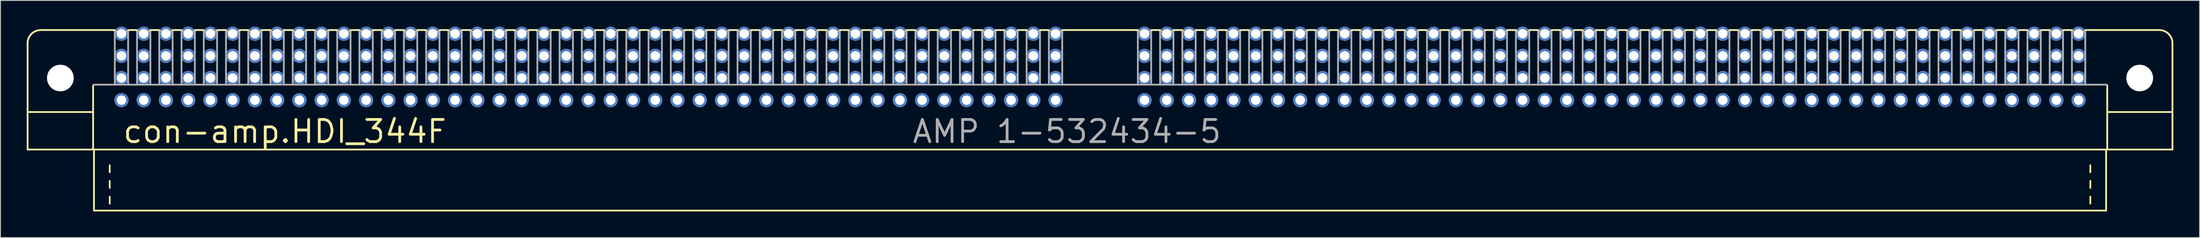
<source format=kicad_pcb>
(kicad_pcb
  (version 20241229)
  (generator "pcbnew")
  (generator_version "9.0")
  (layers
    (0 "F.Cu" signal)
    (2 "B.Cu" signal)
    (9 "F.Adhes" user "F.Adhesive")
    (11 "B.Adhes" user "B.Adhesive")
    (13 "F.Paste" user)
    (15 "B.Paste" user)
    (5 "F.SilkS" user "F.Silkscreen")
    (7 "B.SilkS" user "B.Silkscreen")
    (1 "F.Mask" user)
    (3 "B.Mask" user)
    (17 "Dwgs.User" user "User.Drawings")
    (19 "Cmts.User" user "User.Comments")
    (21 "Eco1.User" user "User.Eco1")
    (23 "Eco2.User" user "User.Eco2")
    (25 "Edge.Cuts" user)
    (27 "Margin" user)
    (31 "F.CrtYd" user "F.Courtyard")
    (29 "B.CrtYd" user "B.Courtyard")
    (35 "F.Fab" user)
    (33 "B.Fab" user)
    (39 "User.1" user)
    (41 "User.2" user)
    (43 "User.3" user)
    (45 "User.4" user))
  (footprint "con-amp.HDI_344F"
    (layer "F.Cu")
    (at 122.582 5.897)
    (property "Reference" "con-amp.HDI_344F" (at -111.76 7.62 0) (layer "F.SilkS") (effects (font (size 2.54 2.54) (thickness 0.32)) (justify left bottom)))
    (attr through_hole)
    (fp_line (start -122.48 3.9) (end -122.48 -4) (stroke (width 0.203) (type default)) (layer "F.SilkS"))
    (fp_line (start -122.48 8.2) (end -122.48 3.9) (stroke (width 0.203) (type default)) (layer "F.SilkS"))
    (fp_line (start -120.98 -5.5) (end -112.522 -5.5) (stroke (width 0.203) (type default)) (layer "F.SilkS"))
    (fp_line (start -115 3.9) (end -122.48 3.9) (stroke (width 0.203) (type default)) (layer "F.SilkS"))
    (fp_line (start -115 3.9) (end -115 0.834) (stroke (width 0.203) (type default)) (layer "F.SilkS"))
    (fp_line (start -115 8.2) (end -122.48 8.2) (stroke (width 0.203) (type default)) (layer "F.SilkS"))
    (fp_line (start -115 8.2) (end -115 3.9) (stroke (width 0.203) (type default)) (layer "F.SilkS"))
    (fp_line (start -114.9 8.2) (end -115 8.2) (stroke (width 0.203) (type default)) (layer "F.SilkS"))
    (fp_line (start -114.9 15.2) (end -114.9 8.2) (stroke (width 0.203) (type default)) (layer "F.SilkS"))
    (fp_line (start -113.1 10.8) (end -113.1 10) (stroke (width 0.203) (type default)) (layer "F.SilkS"))
    (fp_line (start -113.1 12.6) (end -113.1 11.8) (stroke (width 0.203) (type default)) (layer "F.SilkS"))
    (fp_line (start -113.1 14.4) (end -113.1 13.6) (stroke (width 0.203) (type default)) (layer "F.SilkS"))
    (fp_line (start -112.522 -5.461) (end -112.522 -5.334) (stroke (width 0.203) (type default)) (layer "F.SilkS"))
    (fp_line (start -110.998 -5.5) (end -109.982 -5.5) (stroke (width 0.203) (type default)) (layer "F.SilkS"))
    (fp_line (start -110.998 -5.334) (end -110.998 -5.461) (stroke (width 0.203) (type default)) (layer "F.SilkS"))
    (fp_line (start -109.982 -5.461) (end -109.982 -5.334) (stroke (width 0.203) (type default)) (layer "F.SilkS"))
    (fp_line (start -108.458 -5.5) (end -107.442 -5.5) (stroke (width 0.203) (type default)) (layer "F.SilkS"))
    (fp_line (start -108.458 -5.334) (end -108.458 -5.461) (stroke (width 0.203) (type default)) (layer "F.SilkS"))
    (fp_line (start -107.442 -5.461) (end -107.442 -5.334) (stroke (width 0.203) (type default)) (layer "F.SilkS"))
    (fp_line (start -105.918 -5.5) (end -104.902 -5.5) (stroke (width 0.203) (type default)) (layer "F.SilkS"))
    (fp_line (start -105.918 -5.334) (end -105.918 -5.461) (stroke (width 0.203) (type default)) (layer "F.SilkS"))
    (fp_line (start -104.902 -5.461) (end -104.902 -5.334) (stroke (width 0.203) (type default)) (layer "F.SilkS"))
    (fp_line (start -103.378 -5.5) (end -102.362 -5.5) (stroke (width 0.203) (type default)) (layer "F.SilkS"))
    (fp_line (start -103.378 -5.334) (end -103.378 -5.461) (stroke (width 0.203) (type default)) (layer "F.SilkS"))
    (fp_line (start -102.362 -5.461) (end -102.362 -5.334) (stroke (width 0.203) (type default)) (layer "F.SilkS"))
    (fp_line (start -100.838 -5.5) (end -99.822 -5.5) (stroke (width 0.203) (type default)) (layer "F.SilkS"))
    (fp_line (start -100.838 -5.334) (end -100.838 -5.461) (stroke (width 0.203) (type default)) (layer "F.SilkS"))
    (fp_line (start -99.822 -5.461) (end -99.822 -5.334) (stroke (width 0.203) (type default)) (layer "F.SilkS"))
    (fp_line (start -98.298 -5.5) (end -97.282 -5.5) (stroke (width 0.203) (type default)) (layer "F.SilkS"))
    (fp_line (start -98.298 -5.334) (end -98.298 -5.461) (stroke (width 0.203) (type default)) (layer "F.SilkS"))
    (fp_line (start -97.282 -5.461) (end -97.282 -5.334) (stroke (width 0.203) (type default)) (layer "F.SilkS"))
    (fp_line (start -95.758 -5.5) (end -94.742 -5.5) (stroke (width 0.203) (type default)) (layer "F.SilkS"))
    (fp_line (start -95.758 -5.334) (end -95.758 -5.461) (stroke (width 0.203) (type default)) (layer "F.SilkS"))
    (fp_line (start -94.742 -5.461) (end -94.742 -5.334) (stroke (width 0.203) (type default)) (layer "F.SilkS"))
    (fp_line (start -93.218 -5.5) (end -92.202 -5.5) (stroke (width 0.203) (type default)) (layer "F.SilkS"))
    (fp_line (start -93.218 -5.334) (end -93.218 -5.461) (stroke (width 0.203) (type default)) (layer "F.SilkS"))
    (fp_line (start -92.202 -5.461) (end -92.202 -5.334) (stroke (width 0.203) (type default)) (layer "F.SilkS"))
    (fp_line (start -90.678 -5.5) (end -89.662 -5.5) (stroke (width 0.203) (type default)) (layer "F.SilkS"))
    (fp_line (start -90.678 -5.334) (end -90.678 -5.461) (stroke (width 0.203) (type default)) (layer "F.SilkS"))
    (fp_line (start -89.662 -5.461) (end -89.662 -5.334) (stroke (width 0.203) (type default)) (layer "F.SilkS"))
    (fp_line (start -88.138 -5.5) (end -87.122 -5.5) (stroke (width 0.203) (type default)) (layer "F.SilkS"))
    (fp_line (start -88.138 -5.334) (end -88.138 -5.461) (stroke (width 0.203) (type default)) (layer "F.SilkS"))
    (fp_line (start -87.122 -5.461) (end -87.122 -5.334) (stroke (width 0.203) (type default)) (layer "F.SilkS"))
    (fp_line (start -85.598 -5.5) (end -84.582 -5.5) (stroke (width 0.203) (type default)) (layer "F.SilkS"))
    (fp_line (start -85.598 -5.334) (end -85.598 -5.461) (stroke (width 0.203) (type default)) (layer "F.SilkS"))
    (fp_line (start -84.582 -5.461) (end -84.582 -5.334) (stroke (width 0.203) (type default)) (layer "F.SilkS"))
    (fp_line (start -83.058 -5.5) (end -82.042 -5.5) (stroke (width 0.203) (type default)) (layer "F.SilkS"))
    (fp_line (start -83.058 -5.334) (end -83.058 -5.461) (stroke (width 0.203) (type default)) (layer "F.SilkS"))
    (fp_line (start -82.042 -5.461) (end -82.042 -5.334) (stroke (width 0.203) (type default)) (layer "F.SilkS"))
    (fp_line (start -80.518 -5.5) (end -79.502 -5.5) (stroke (width 0.203) (type default)) (layer "F.SilkS"))
    (fp_line (start -80.518 -5.334) (end -80.518 -5.461) (stroke (width 0.203) (type default)) (layer "F.SilkS"))
    (fp_line (start -79.502 -5.461) (end -79.502 -5.334) (stroke (width 0.203) (type default)) (layer "F.SilkS"))
    (fp_line (start -77.978 -5.5) (end -76.962 -5.5) (stroke (width 0.203) (type default)) (layer "F.SilkS"))
    (fp_line (start -77.978 -5.334) (end -77.978 -5.461) (stroke (width 0.203) (type default)) (layer "F.SilkS"))
    (fp_line (start -76.962 -5.461) (end -76.962 -5.334) (stroke (width 0.203) (type default)) (layer "F.SilkS"))
    (fp_line (start -75.438 -5.5) (end -74.422 -5.5) (stroke (width 0.203) (type default)) (layer "F.SilkS"))
    (fp_line (start -75.438 -5.334) (end -75.438 -5.461) (stroke (width 0.203) (type default)) (layer "F.SilkS"))
    (fp_line (start -74.422 -5.461) (end -74.422 -5.334) (stroke (width 0.203) (type default)) (layer "F.SilkS"))
    (fp_line (start -72.898 -5.5) (end -71.882 -5.5) (stroke (width 0.203) (type default)) (layer "F.SilkS"))
    (fp_line (start -72.898 -5.334) (end -72.898 -5.461) (stroke (width 0.203) (type default)) (layer "F.SilkS"))
    (fp_line (start -71.882 -5.461) (end -71.882 -5.334) (stroke (width 0.203) (type default)) (layer "F.SilkS"))
    (fp_line (start -70.358 -5.5) (end -69.342 -5.5) (stroke (width 0.203) (type default)) (layer "F.SilkS"))
    (fp_line (start -70.358 -5.334) (end -70.358 -5.461) (stroke (width 0.203) (type default)) (layer "F.SilkS"))
    (fp_line (start -69.342 -5.461) (end -69.342 -5.334) (stroke (width 0.203) (type default)) (layer "F.SilkS"))
    (fp_line (start -67.818 -5.5) (end -66.802 -5.5) (stroke (width 0.203) (type default)) (layer "F.SilkS"))
    (fp_line (start -67.818 -5.334) (end -67.818 -5.461) (stroke (width 0.203) (type default)) (layer "F.SilkS"))
    (fp_line (start -66.802 -5.461) (end -66.802 -5.334) (stroke (width 0.203) (type default)) (layer "F.SilkS"))
    (fp_line (start -65.278 -5.5) (end -64.262 -5.5) (stroke (width 0.203) (type default)) (layer "F.SilkS"))
    (fp_line (start -65.278 -5.334) (end -65.278 -5.461) (stroke (width 0.203) (type default)) (layer "F.SilkS"))
    (fp_line (start -64.262 -5.461) (end -64.262 -5.334) (stroke (width 0.203) (type default)) (layer "F.SilkS"))
    (fp_line (start -62.738 -5.5) (end -61.722 -5.5) (stroke (width 0.203) (type default)) (layer "F.SilkS"))
    (fp_line (start -62.738 -5.334) (end -62.738 -5.461) (stroke (width 0.203) (type default)) (layer "F.SilkS"))
    (fp_line (start -61.722 -5.461) (end -61.722 -5.334) (stroke (width 0.203) (type default)) (layer "F.SilkS"))
    (fp_line (start -60.198 -5.5) (end -59.182 -5.5) (stroke (width 0.203) (type default)) (layer "F.SilkS"))
    (fp_line (start -60.198 -5.334) (end -60.198 -5.461) (stroke (width 0.203) (type default)) (layer "F.SilkS"))
    (fp_line (start -59.182 -5.461) (end -59.182 -5.334) (stroke (width 0.203) (type default)) (layer "F.SilkS"))
    (fp_line (start -57.658 -5.5) (end -56.642 -5.5) (stroke (width 0.203) (type default)) (layer "F.SilkS"))
    (fp_line (start -57.658 -5.334) (end -57.658 -5.461) (stroke (width 0.203) (type default)) (layer "F.SilkS"))
    (fp_line (start -56.642 -5.461) (end -56.642 -5.334) (stroke (width 0.203) (type default)) (layer "F.SilkS"))
    (fp_line (start -55.118 -5.5) (end -54.102 -5.5) (stroke (width 0.203) (type default)) (layer "F.SilkS"))
    (fp_line (start -55.118 -5.334) (end -55.118 -5.461) (stroke (width 0.203) (type default)) (layer "F.SilkS"))
    (fp_line (start -54.102 -5.461) (end -54.102 -5.334) (stroke (width 0.203) (type default)) (layer "F.SilkS"))
    (fp_line (start -52.578 -5.5) (end -51.562 -5.5) (stroke (width 0.203) (type default)) (layer "F.SilkS"))
    (fp_line (start -52.578 -5.334) (end -52.578 -5.461) (stroke (width 0.203) (type default)) (layer "F.SilkS"))
    (fp_line (start -51.562 -5.461) (end -51.562 -5.334) (stroke (width 0.203) (type default)) (layer "F.SilkS"))
    (fp_line (start -50.038 -5.5) (end -49.022 -5.5) (stroke (width 0.203) (type default)) (layer "F.SilkS"))
    (fp_line (start -50.038 -5.334) (end -50.038 -5.461) (stroke (width 0.203) (type default)) (layer "F.SilkS"))
    (fp_line (start -49.022 -5.461) (end -49.022 -5.334) (stroke (width 0.203) (type default)) (layer "F.SilkS"))
    (fp_line (start -47.498 -5.5) (end -46.482 -5.5) (stroke (width 0.203) (type default)) (layer "F.SilkS"))
    (fp_line (start -47.498 -5.334) (end -47.498 -5.461) (stroke (width 0.203) (type default)) (layer "F.SilkS"))
    (fp_line (start -46.482 -5.461) (end -46.482 -5.334) (stroke (width 0.203) (type default)) (layer "F.SilkS"))
    (fp_line (start -44.958 -5.5) (end -43.942 -5.5) (stroke (width 0.203) (type default)) (layer "F.SilkS"))
    (fp_line (start -44.958 -5.334) (end -44.958 -5.461) (stroke (width 0.203) (type default)) (layer "F.SilkS"))
    (fp_line (start -43.942 -5.461) (end -43.942 -5.334) (stroke (width 0.203) (type default)) (layer "F.SilkS"))
    (fp_line (start -42.418 -5.5) (end -41.402 -5.5) (stroke (width 0.203) (type default)) (layer "F.SilkS"))
    (fp_line (start -42.418 -5.334) (end -42.418 -5.461) (stroke (width 0.203) (type default)) (layer "F.SilkS"))
    (fp_line (start -41.402 -5.461) (end -41.402 -5.334) (stroke (width 0.203) (type default)) (layer "F.SilkS"))
    (fp_line (start -39.878 -5.5) (end -38.862 -5.5) (stroke (width 0.203) (type default)) (layer "F.SilkS"))
    (fp_line (start -39.878 -5.334) (end -39.878 -5.461) (stroke (width 0.203) (type default)) (layer "F.SilkS"))
    (fp_line (start -38.862 -5.461) (end -38.862 -5.334) (stroke (width 0.203) (type default)) (layer "F.SilkS"))
    (fp_line (start -37.338 -5.5) (end -36.322 -5.5) (stroke (width 0.203) (type default)) (layer "F.SilkS"))
    (fp_line (start -37.338 -5.334) (end -37.338 -5.461) (stroke (width 0.203) (type default)) (layer "F.SilkS"))
    (fp_line (start -36.322 -5.461) (end -36.322 -5.334) (stroke (width 0.203) (type default)) (layer "F.SilkS"))
    (fp_line (start -34.798 -5.5) (end -33.782 -5.5) (stroke (width 0.203) (type default)) (layer "F.SilkS"))
    (fp_line (start -34.798 -5.334) (end -34.798 -5.461) (stroke (width 0.203) (type default)) (layer "F.SilkS"))
    (fp_line (start -33.782 -5.461) (end -33.782 -5.334) (stroke (width 0.203) (type default)) (layer "F.SilkS"))
    (fp_line (start -32.258 -5.5) (end -31.242 -5.5) (stroke (width 0.203) (type default)) (layer "F.SilkS"))
    (fp_line (start -32.258 -5.334) (end -32.258 -5.461) (stroke (width 0.203) (type default)) (layer "F.SilkS"))
    (fp_line (start -31.242 -5.461) (end -31.242 -5.334) (stroke (width 0.203) (type default)) (layer "F.SilkS"))
    (fp_line (start -29.718 -5.5) (end -28.702 -5.5) (stroke (width 0.203) (type default)) (layer "F.SilkS"))
    (fp_line (start -29.718 -5.334) (end -29.718 -5.461) (stroke (width 0.203) (type default)) (layer "F.SilkS"))
    (fp_line (start -28.702 -5.461) (end -28.702 -5.334) (stroke (width 0.203) (type default)) (layer "F.SilkS"))
    (fp_line (start -27.178 -5.5) (end -26.162 -5.5) (stroke (width 0.203) (type default)) (layer "F.SilkS"))
    (fp_line (start -27.178 -5.334) (end -27.178 -5.461) (stroke (width 0.203) (type default)) (layer "F.SilkS"))
    (fp_line (start -26.162 -5.461) (end -26.162 -5.334) (stroke (width 0.203) (type default)) (layer "F.SilkS"))
    (fp_line (start -24.638 -5.5) (end -23.622 -5.5) (stroke (width 0.203) (type default)) (layer "F.SilkS"))
    (fp_line (start -24.638 -5.334) (end -24.638 -5.461) (stroke (width 0.203) (type default)) (layer "F.SilkS"))
    (fp_line (start -23.622 -5.461) (end -23.622 -5.334) (stroke (width 0.203) (type default)) (layer "F.SilkS"))
    (fp_line (start -22.098 -5.5) (end -21.082 -5.5) (stroke (width 0.203) (type default)) (layer "F.SilkS"))
    (fp_line (start -22.098 -5.334) (end -22.098 -5.461) (stroke (width 0.203) (type default)) (layer "F.SilkS"))
    (fp_line (start -21.082 -5.461) (end -21.082 -5.334) (stroke (width 0.203) (type default)) (layer "F.SilkS"))
    (fp_line (start -19.558 -5.5) (end -18.542 -5.5) (stroke (width 0.203) (type default)) (layer "F.SilkS"))
    (fp_line (start -19.558 -5.334) (end -19.558 -5.461) (stroke (width 0.203) (type default)) (layer "F.SilkS"))
    (fp_line (start -18.542 -5.461) (end -18.542 -5.334) (stroke (width 0.203) (type default)) (layer "F.SilkS"))
    (fp_line (start -17.018 -5.5) (end -16.002 -5.5) (stroke (width 0.203) (type default)) (layer "F.SilkS"))
    (fp_line (start -17.018 -5.334) (end -17.018 -5.461) (stroke (width 0.203) (type default)) (layer "F.SilkS"))
    (fp_line (start -16.002 -5.461) (end -16.002 -5.334) (stroke (width 0.203) (type default)) (layer "F.SilkS"))
    (fp_line (start -14.478 -5.5) (end -13.462 -5.5) (stroke (width 0.203) (type default)) (layer "F.SilkS"))
    (fp_line (start -14.478 -5.334) (end -14.478 -5.461) (stroke (width 0.203) (type default)) (layer "F.SilkS"))
    (fp_line (start -13.462 -5.461) (end -13.462 -5.334) (stroke (width 0.203) (type default)) (layer "F.SilkS"))
    (fp_line (start -11.938 -5.5) (end -10.922 -5.5) (stroke (width 0.203) (type default)) (layer "F.SilkS"))
    (fp_line (start -11.938 -5.334) (end -11.938 -5.461) (stroke (width 0.203) (type default)) (layer "F.SilkS"))
    (fp_line (start -10.922 -5.461) (end -10.922 -5.334) (stroke (width 0.203) (type default)) (layer "F.SilkS"))
    (fp_line (start -9.398 -5.5) (end -8.382 -5.5) (stroke (width 0.203) (type default)) (layer "F.SilkS"))
    (fp_line (start -9.398 -5.334) (end -9.398 -5.461) (stroke (width 0.203) (type default)) (layer "F.SilkS"))
    (fp_line (start -8.382 -5.461) (end -8.382 -5.334) (stroke (width 0.203) (type default)) (layer "F.SilkS"))
    (fp_line (start -6.858 -5.5) (end -5.842 -5.5) (stroke (width 0.203) (type default)) (layer "F.SilkS"))
    (fp_line (start -6.858 -5.334) (end -6.858 -5.461) (stroke (width 0.203) (type default)) (layer "F.SilkS"))
    (fp_line (start -5.842 -5.461) (end -5.842 -5.334) (stroke (width 0.203) (type default)) (layer "F.SilkS"))
    (fp_line (start -4.318 -5.5) (end 4.318 -5.5) (stroke (width 0.203) (type default)) (layer "F.SilkS"))
    (fp_line (start -4.318 -5.334) (end -4.318 -5.461) (stroke (width 0.203) (type default)) (layer "F.SilkS"))
    (fp_line (start 4.318 -5.461) (end 4.318 -5.334) (stroke (width 0.203) (type default)) (layer "F.SilkS"))
    (fp_line (start 5.842 -5.5) (end 6.858 -5.5) (stroke (width 0.203) (type default)) (layer "F.SilkS"))
    (fp_line (start 5.842 -5.334) (end 5.842 -5.461) (stroke (width 0.203) (type default)) (layer "F.SilkS"))
    (fp_line (start 6.858 -5.461) (end 6.858 -5.334) (stroke (width 0.203) (type default)) (layer "F.SilkS"))
    (fp_line (start 8.382 -5.5) (end 9.398 -5.5) (stroke (width 0.203) (type default)) (layer "F.SilkS"))
    (fp_line (start 8.382 -5.334) (end 8.382 -5.461) (stroke (width 0.203) (type default)) (layer "F.SilkS"))
    (fp_line (start 9.398 -5.461) (end 9.398 -5.334) (stroke (width 0.203) (type default)) (layer "F.SilkS"))
    (fp_line (start 10.922 -5.5) (end 11.938 -5.5) (stroke (width 0.203) (type default)) (layer "F.SilkS"))
    (fp_line (start 10.922 -5.334) (end 10.922 -5.461) (stroke (width 0.203) (type default)) (layer "F.SilkS"))
    (fp_line (start 11.938 -5.461) (end 11.938 -5.334) (stroke (width 0.203) (type default)) (layer "F.SilkS"))
    (fp_line (start 13.462 -5.5) (end 14.478 -5.5) (stroke (width 0.203) (type default)) (layer "F.SilkS"))
    (fp_line (start 13.462 -5.334) (end 13.462 -5.461) (stroke (width 0.203) (type default)) (layer "F.SilkS"))
    (fp_line (start 14.478 -5.461) (end 14.478 -5.334) (stroke (width 0.203) (type default)) (layer "F.SilkS"))
    (fp_line (start 16.002 -5.5) (end 17.018 -5.5) (stroke (width 0.203) (type default)) (layer "F.SilkS"))
    (fp_line (start 16.002 -5.334) (end 16.002 -5.461) (stroke (width 0.203) (type default)) (layer "F.SilkS"))
    (fp_line (start 17.018 -5.461) (end 17.018 -5.334) (stroke (width 0.203) (type default)) (layer "F.SilkS"))
    (fp_line (start 18.542 -5.5) (end 19.558 -5.5) (stroke (width 0.203) (type default)) (layer "F.SilkS"))
    (fp_line (start 18.542 -5.334) (end 18.542 -5.461) (stroke (width 0.203) (type default)) (layer "F.SilkS"))
    (fp_line (start 19.558 -5.461) (end 19.558 -5.334) (stroke (width 0.203) (type default)) (layer "F.SilkS"))
    (fp_line (start 21.082 -5.5) (end 22.098 -5.5) (stroke (width 0.203) (type default)) (layer "F.SilkS"))
    (fp_line (start 21.082 -5.334) (end 21.082 -5.461) (stroke (width 0.203) (type default)) (layer "F.SilkS"))
    (fp_line (start 22.098 -5.461) (end 22.098 -5.334) (stroke (width 0.203) (type default)) (layer "F.SilkS"))
    (fp_line (start 23.622 -5.5) (end 24.638 -5.5) (stroke (width 0.203) (type default)) (layer "F.SilkS"))
    (fp_line (start 23.622 -5.334) (end 23.622 -5.461) (stroke (width 0.203) (type default)) (layer "F.SilkS"))
    (fp_line (start 24.638 -5.461) (end 24.638 -5.334) (stroke (width 0.203) (type default)) (layer "F.SilkS"))
    (fp_line (start 26.162 -5.5) (end 27.178 -5.5) (stroke (width 0.203) (type default)) (layer "F.SilkS"))
    (fp_line (start 26.162 -5.334) (end 26.162 -5.461) (stroke (width 0.203) (type default)) (layer "F.SilkS"))
    (fp_line (start 27.178 -5.461) (end 27.178 -5.334) (stroke (width 0.203) (type default)) (layer "F.SilkS"))
    (fp_line (start 28.702 -5.5) (end 29.718 -5.5) (stroke (width 0.203) (type default)) (layer "F.SilkS"))
    (fp_line (start 28.702 -5.334) (end 28.702 -5.461) (stroke (width 0.203) (type default)) (layer "F.SilkS"))
    (fp_line (start 29.718 -5.461) (end 29.718 -5.334) (stroke (width 0.203) (type default)) (layer "F.SilkS"))
    (fp_line (start 31.242 -5.5) (end 32.258 -5.5) (stroke (width 0.203) (type default)) (layer "F.SilkS"))
    (fp_line (start 31.242 -5.334) (end 31.242 -5.461) (stroke (width 0.203) (type default)) (layer "F.SilkS"))
    (fp_line (start 32.258 -5.461) (end 32.258 -5.334) (stroke (width 0.203) (type default)) (layer "F.SilkS"))
    (fp_line (start 33.782 -5.5) (end 34.798 -5.5) (stroke (width 0.203) (type default)) (layer "F.SilkS"))
    (fp_line (start 33.782 -5.334) (end 33.782 -5.461) (stroke (width 0.203) (type default)) (layer "F.SilkS"))
    (fp_line (start 34.798 -5.461) (end 34.798 -5.334) (stroke (width 0.203) (type default)) (layer "F.SilkS"))
    (fp_line (start 36.322 -5.5) (end 37.338 -5.5) (stroke (width 0.203) (type default)) (layer "F.SilkS"))
    (fp_line (start 36.322 -5.334) (end 36.322 -5.461) (stroke (width 0.203) (type default)) (layer "F.SilkS"))
    (fp_line (start 37.338 -5.461) (end 37.338 -5.334) (stroke (width 0.203) (type default)) (layer "F.SilkS"))
    (fp_line (start 38.862 -5.5) (end 39.878 -5.5) (stroke (width 0.203) (type default)) (layer "F.SilkS"))
    (fp_line (start 38.862 -5.334) (end 38.862 -5.461) (stroke (width 0.203) (type default)) (layer "F.SilkS"))
    (fp_line (start 39.878 -5.461) (end 39.878 -5.334) (stroke (width 0.203) (type default)) (layer "F.SilkS"))
    (fp_line (start 41.402 -5.5) (end 42.418 -5.5) (stroke (width 0.203) (type default)) (layer "F.SilkS"))
    (fp_line (start 41.402 -5.334) (end 41.402 -5.461) (stroke (width 0.203) (type default)) (layer "F.SilkS"))
    (fp_line (start 42.418 -5.461) (end 42.418 -5.334) (stroke (width 0.203) (type default)) (layer "F.SilkS"))
    (fp_line (start 43.942 -5.5) (end 44.958 -5.5) (stroke (width 0.203) (type default)) (layer "F.SilkS"))
    (fp_line (start 43.942 -5.334) (end 43.942 -5.461) (stroke (width 0.203) (type default)) (layer "F.SilkS"))
    (fp_line (start 44.958 -5.461) (end 44.958 -5.334) (stroke (width 0.203) (type default)) (layer "F.SilkS"))
    (fp_line (start 46.482 -5.5) (end 47.498 -5.5) (stroke (width 0.203) (type default)) (layer "F.SilkS"))
    (fp_line (start 46.482 -5.334) (end 46.482 -5.461) (stroke (width 0.203) (type default)) (layer "F.SilkS"))
    (fp_line (start 47.498 -5.461) (end 47.498 -5.334) (stroke (width 0.203) (type default)) (layer "F.SilkS"))
    (fp_line (start 49.022 -5.5) (end 50.038 -5.5) (stroke (width 0.203) (type default)) (layer "F.SilkS"))
    (fp_line (start 49.022 -5.334) (end 49.022 -5.461) (stroke (width 0.203) (type default)) (layer "F.SilkS"))
    (fp_line (start 50.038 -5.461) (end 50.038 -5.334) (stroke (width 0.203) (type default)) (layer "F.SilkS"))
    (fp_line (start 51.562 -5.5) (end 52.578 -5.5) (stroke (width 0.203) (type default)) (layer "F.SilkS"))
    (fp_line (start 51.562 -5.334) (end 51.562 -5.461) (stroke (width 0.203) (type default)) (layer "F.SilkS"))
    (fp_line (start 52.578 -5.461) (end 52.578 -5.334) (stroke (width 0.203) (type default)) (layer "F.SilkS"))
    (fp_line (start 54.102 -5.5) (end 55.118 -5.5) (stroke (width 0.203) (type default)) (layer "F.SilkS"))
    (fp_line (start 54.102 -5.334) (end 54.102 -5.461) (stroke (width 0.203) (type default)) (layer "F.SilkS"))
    (fp_line (start 55.118 -5.461) (end 55.118 -5.334) (stroke (width 0.203) (type default)) (layer "F.SilkS"))
    (fp_line (start 56.642 -5.5) (end 57.658 -5.5) (stroke (width 0.203) (type default)) (layer "F.SilkS"))
    (fp_line (start 56.642 -5.334) (end 56.642 -5.461) (stroke (width 0.203) (type default)) (layer "F.SilkS"))
    (fp_line (start 57.658 -5.461) (end 57.658 -5.334) (stroke (width 0.203) (type default)) (layer "F.SilkS"))
    (fp_line (start 59.182 -5.5) (end 60.198 -5.5) (stroke (width 0.203) (type default)) (layer "F.SilkS"))
    (fp_line (start 59.182 -5.334) (end 59.182 -5.461) (stroke (width 0.203) (type default)) (layer "F.SilkS"))
    (fp_line (start 60.198 -5.461) (end 60.198 -5.334) (stroke (width 0.203) (type default)) (layer "F.SilkS"))
    (fp_line (start 61.722 -5.5) (end 62.738 -5.5) (stroke (width 0.203) (type default)) (layer "F.SilkS"))
    (fp_line (start 61.722 -5.334) (end 61.722 -5.461) (stroke (width 0.203) (type default)) (layer "F.SilkS"))
    (fp_line (start 62.738 -5.461) (end 62.738 -5.334) (stroke (width 0.203) (type default)) (layer "F.SilkS"))
    (fp_line (start 64.262 -5.5) (end 65.278 -5.5) (stroke (width 0.203) (type default)) (layer "F.SilkS"))
    (fp_line (start 64.262 -5.334) (end 64.262 -5.461) (stroke (width 0.203) (type default)) (layer "F.SilkS"))
    (fp_line (start 65.278 -5.461) (end 65.278 -5.334) (stroke (width 0.203) (type default)) (layer "F.SilkS"))
    (fp_line (start 66.802 -5.5) (end 67.818 -5.5) (stroke (width 0.203) (type default)) (layer "F.SilkS"))
    (fp_line (start 66.802 -5.334) (end 66.802 -5.461) (stroke (width 0.203) (type default)) (layer "F.SilkS"))
    (fp_line (start 67.818 -5.461) (end 67.818 -5.334) (stroke (width 0.203) (type default)) (layer "F.SilkS"))
    (fp_line (start 69.342 -5.5) (end 70.358 -5.5) (stroke (width 0.203) (type default)) (layer "F.SilkS"))
    (fp_line (start 69.342 -5.334) (end 69.342 -5.461) (stroke (width 0.203) (type default)) (layer "F.SilkS"))
    (fp_line (start 70.358 -5.461) (end 70.358 -5.334) (stroke (width 0.203) (type default)) (layer "F.SilkS"))
    (fp_line (start 71.882 -5.5) (end 72.898 -5.5) (stroke (width 0.203) (type default)) (layer "F.SilkS"))
    (fp_line (start 71.882 -5.334) (end 71.882 -5.461) (stroke (width 0.203) (type default)) (layer "F.SilkS"))
    (fp_line (start 72.898 -5.461) (end 72.898 -5.334) (stroke (width 0.203) (type default)) (layer "F.SilkS"))
    (fp_line (start 74.422 -5.5) (end 75.438 -5.5) (stroke (width 0.203) (type default)) (layer "F.SilkS"))
    (fp_line (start 74.422 -5.334) (end 74.422 -5.461) (stroke (width 0.203) (type default)) (layer "F.SilkS"))
    (fp_line (start 75.438 -5.461) (end 75.438 -5.334) (stroke (width 0.203) (type default)) (layer "F.SilkS"))
    (fp_line (start 76.962 -5.5) (end 77.978 -5.5) (stroke (width 0.203) (type default)) (layer "F.SilkS"))
    (fp_line (start 76.962 -5.334) (end 76.962 -5.461) (stroke (width 0.203) (type default)) (layer "F.SilkS"))
    (fp_line (start 77.978 -5.461) (end 77.978 -5.334) (stroke (width 0.203) (type default)) (layer "F.SilkS"))
    (fp_line (start 79.502 -5.5) (end 80.518 -5.5) (stroke (width 0.203) (type default)) (layer "F.SilkS"))
    (fp_line (start 79.502 -5.334) (end 79.502 -5.461) (stroke (width 0.203) (type default)) (layer "F.SilkS"))
    (fp_line (start 80.518 -5.461) (end 80.518 -5.334) (stroke (width 0.203) (type default)) (layer "F.SilkS"))
    (fp_line (start 82.042 -5.5) (end 83.058 -5.5) (stroke (width 0.203) (type default)) (layer "F.SilkS"))
    (fp_line (start 82.042 -5.334) (end 82.042 -5.461) (stroke (width 0.203) (type default)) (layer "F.SilkS"))
    (fp_line (start 83.058 -5.461) (end 83.058 -5.334) (stroke (width 0.203) (type default)) (layer "F.SilkS"))
    (fp_line (start 84.582 -5.5) (end 85.598 -5.5) (stroke (width 0.203) (type default)) (layer "F.SilkS"))
    (fp_line (start 84.582 -5.334) (end 84.582 -5.461) (stroke (width 0.203) (type default)) (layer "F.SilkS"))
    (fp_line (start 85.598 -5.461) (end 85.598 -5.334) (stroke (width 0.203) (type default)) (layer "F.SilkS"))
    (fp_line (start 87.122 -5.5) (end 88.138 -5.5) (stroke (width 0.203) (type default)) (layer "F.SilkS"))
    (fp_line (start 87.122 -5.334) (end 87.122 -5.461) (stroke (width 0.203) (type default)) (layer "F.SilkS"))
    (fp_line (start 88.138 -5.461) (end 88.138 -5.334) (stroke (width 0.203) (type default)) (layer "F.SilkS"))
    (fp_line (start 89.662 -5.5) (end 90.678 -5.5) (stroke (width 0.203) (type default)) (layer "F.SilkS"))
    (fp_line (start 89.662 -5.334) (end 89.662 -5.461) (stroke (width 0.203) (type default)) (layer "F.SilkS"))
    (fp_line (start 90.678 -5.461) (end 90.678 -5.334) (stroke (width 0.203) (type default)) (layer "F.SilkS"))
    (fp_line (start 92.202 -5.5) (end 93.218 -5.5) (stroke (width 0.203) (type default)) (layer "F.SilkS"))
    (fp_line (start 92.202 -5.334) (end 92.202 -5.461) (stroke (width 0.203) (type default)) (layer "F.SilkS"))
    (fp_line (start 93.218 -5.461) (end 93.218 -5.334) (stroke (width 0.203) (type default)) (layer "F.SilkS"))
    (fp_line (start 94.742 -5.5) (end 95.758 -5.5) (stroke (width 0.203) (type default)) (layer "F.SilkS"))
    (fp_line (start 94.742 -5.334) (end 94.742 -5.461) (stroke (width 0.203) (type default)) (layer "F.SilkS"))
    (fp_line (start 95.758 -5.461) (end 95.758 -5.334) (stroke (width 0.203) (type default)) (layer "F.SilkS"))
    (fp_line (start 97.282 -5.5) (end 98.298 -5.5) (stroke (width 0.203) (type default)) (layer "F.SilkS"))
    (fp_line (start 97.282 -5.334) (end 97.282 -5.461) (stroke (width 0.203) (type default)) (layer "F.SilkS"))
    (fp_line (start 98.298 -5.461) (end 98.298 -5.334) (stroke (width 0.203) (type default)) (layer "F.SilkS"))
    (fp_line (start 99.822 -5.5) (end 100.838 -5.5) (stroke (width 0.203) (type default)) (layer "F.SilkS"))
    (fp_line (start 99.822 -5.334) (end 99.822 -5.461) (stroke (width 0.203) (type default)) (layer "F.SilkS"))
    (fp_line (start 100.838 -5.461) (end 100.838 -5.334) (stroke (width 0.203) (type default)) (layer "F.SilkS"))
    (fp_line (start 102.362 -5.5) (end 103.378 -5.5) (stroke (width 0.203) (type default)) (layer "F.SilkS"))
    (fp_line (start 102.362 -5.334) (end 102.362 -5.461) (stroke (width 0.203) (type default)) (layer "F.SilkS"))
    (fp_line (start 103.378 -5.461) (end 103.378 -5.334) (stroke (width 0.203) (type default)) (layer "F.SilkS"))
    (fp_line (start 104.902 -5.5) (end 105.918 -5.5) (stroke (width 0.203) (type default)) (layer "F.SilkS"))
    (fp_line (start 104.902 -5.334) (end 104.902 -5.461) (stroke (width 0.203) (type default)) (layer "F.SilkS"))
    (fp_line (start 105.918 -5.461) (end 105.918 -5.334) (stroke (width 0.203) (type default)) (layer "F.SilkS"))
    (fp_line (start 107.442 -5.5) (end 108.458 -5.5) (stroke (width 0.203) (type default)) (layer "F.SilkS"))
    (fp_line (start 107.442 -5.334) (end 107.442 -5.461) (stroke (width 0.203) (type default)) (layer "F.SilkS"))
    (fp_line (start 108.458 -5.461) (end 108.458 -5.334) (stroke (width 0.203) (type default)) (layer "F.SilkS"))
    (fp_line (start 109.982 -5.5) (end 110.998 -5.5) (stroke (width 0.203) (type default)) (layer "F.SilkS"))
    (fp_line (start 109.982 -5.334) (end 109.982 -5.461) (stroke (width 0.203) (type default)) (layer "F.SilkS"))
    (fp_line (start 110.998 -5.461) (end 110.998 -5.334) (stroke (width 0.203) (type default)) (layer "F.SilkS"))
    (fp_line (start 112.522 -5.5) (end 120.98 -5.5) (stroke (width 0.203) (type default)) (layer "F.SilkS"))
    (fp_line (start 113.1 10.8) (end 113.1 10) (stroke (width 0.203) (type default)) (layer "F.SilkS"))
    (fp_line (start 113.1 12.6) (end 113.1 11.8) (stroke (width 0.203) (type default)) (layer "F.SilkS"))
    (fp_line (start 113.1 14.4) (end 113.1 13.6) (stroke (width 0.203) (type default)) (layer "F.SilkS"))
    (fp_line (start 114.9 8.2) (end 114.9 15.2) (stroke (width 0.203) (type default)) (layer "F.SilkS"))
    (fp_line (start 114.9 15.2) (end -114.9 15.2) (stroke (width 0.203) (type default)) (layer "F.SilkS"))
    (fp_line (start 114.97 8.2) (end -114.86 8.2) (stroke (width 0.203) (type default)) (layer "F.SilkS"))
    (fp_line (start 114.97 8.2) (end 114.9 8.2) (stroke (width 0.203) (type default)) (layer "F.SilkS"))
    (fp_line (start 115.03 0.834) (end 115.03 3.9) (stroke (width 0.203) (type default)) (layer "F.SilkS"))
    (fp_line (start 115.03 3.9) (end 115.03 8.2) (stroke (width 0.203) (type default)) (layer "F.SilkS"))
    (fp_line (start 115.03 8.2) (end 114.97 8.2) (stroke (width 0.203) (type default)) (layer "F.SilkS"))
    (fp_line (start 122.48 -4) (end 122.48 3.9) (stroke (width 0.203) (type default)) (layer "F.SilkS"))
    (fp_line (start 122.48 3.9) (end 115.03 3.9) (stroke (width 0.203) (type default)) (layer "F.SilkS"))
    (fp_line (start 122.48 3.9) (end 122.48 8.2) (stroke (width 0.203) (type default)) (layer "F.SilkS"))
    (fp_line (start 122.48 8.2) (end 115.03 8.2) (stroke (width 0.203) (type default)) (layer "F.SilkS"))
    (fp_arc (start -122.48 -4) (mid -122.040566 -5.060737) (end -120.9798 -5.5001) (stroke (width 0.2032) (type default)) (layer "F.SilkS"))
    (fp_arc (start 120.98 -5.5) (mid 122.040731 -5.060631) (end 122.4801 -3.9999) (stroke (width 0.2032) (type default)) (layer "F.SilkS"))
    (fp_line (start -114.935 0.762) (end 110.998 0.762) (stroke (width 0.203) (type default)) (layer "F.Fab"))
    (fp_line (start -112.522 -5.334) (end -112.522 0.762) (stroke (width 0.203) (type default)) (layer "F.Fab"))
    (fp_line (start -112.522 -5.334) (end -110.998 -5.334) (stroke (width 0.203) (type default)) (layer "F.Fab"))
    (fp_line (start -110.998 0.762) (end -110.998 -5.334) (stroke (width 0.203) (type default)) (layer "F.Fab"))
    (fp_line (start -109.982 -5.334) (end -109.982 0.762) (stroke (width 0.203) (type default)) (layer "F.Fab"))
    (fp_line (start -109.982 -5.334) (end -108.458 -5.334) (stroke (width 0.203) (type default)) (layer "F.Fab"))
    (fp_line (start -108.458 0.762) (end -108.458 -5.334) (stroke (width 0.203) (type default)) (layer "F.Fab"))
    (fp_line (start -107.442 -5.334) (end -107.442 0.762) (stroke (width 0.203) (type default)) (layer "F.Fab"))
    (fp_line (start -107.442 -5.334) (end -105.918 -5.334) (stroke (width 0.203) (type default)) (layer "F.Fab"))
    (fp_line (start -105.918 0.762) (end -105.918 -5.334) (stroke (width 0.203) (type default)) (layer "F.Fab"))
    (fp_line (start -104.902 -5.334) (end -104.902 0.762) (stroke (width 0.203) (type default)) (layer "F.Fab"))
    (fp_line (start -104.902 -5.334) (end -103.378 -5.334) (stroke (width 0.203) (type default)) (layer "F.Fab"))
    (fp_line (start -103.378 0.762) (end -103.378 -5.334) (stroke (width 0.203) (type default)) (layer "F.Fab"))
    (fp_line (start -102.362 -5.334) (end -102.362 0.762) (stroke (width 0.203) (type default)) (layer "F.Fab"))
    (fp_line (start -102.362 -5.334) (end -100.838 -5.334) (stroke (width 0.203) (type default)) (layer "F.Fab"))
    (fp_line (start -100.838 0.762) (end -100.838 -5.334) (stroke (width 0.203) (type default)) (layer "F.Fab"))
    (fp_line (start -99.822 -5.334) (end -99.822 0.762) (stroke (width 0.203) (type default)) (layer "F.Fab"))
    (fp_line (start -99.822 -5.334) (end -98.298 -5.334) (stroke (width 0.203) (type default)) (layer "F.Fab"))
    (fp_line (start -98.298 0.762) (end -98.298 -5.334) (stroke (width 0.203) (type default)) (layer "F.Fab"))
    (fp_line (start -97.282 -5.334) (end -97.282 0.762) (stroke (width 0.203) (type default)) (layer "F.Fab"))
    (fp_line (start -97.282 -5.334) (end -95.758 -5.334) (stroke (width 0.203) (type default)) (layer "F.Fab"))
    (fp_line (start -95.758 0.762) (end -95.758 -5.334) (stroke (width 0.203) (type default)) (layer "F.Fab"))
    (fp_line (start -94.742 -5.334) (end -94.742 0.762) (stroke (width 0.203) (type default)) (layer "F.Fab"))
    (fp_line (start -94.742 -5.334) (end -93.218 -5.334) (stroke (width 0.203) (type default)) (layer "F.Fab"))
    (fp_line (start -93.218 0.762) (end -93.218 -5.334) (stroke (width 0.203) (type default)) (layer "F.Fab"))
    (fp_line (start -92.202 -5.334) (end -92.202 0.762) (stroke (width 0.203) (type default)) (layer "F.Fab"))
    (fp_line (start -92.202 -5.334) (end -90.678 -5.334) (stroke (width 0.203) (type default)) (layer "F.Fab"))
    (fp_line (start -90.678 0.762) (end -90.678 -5.334) (stroke (width 0.203) (type default)) (layer "F.Fab"))
    (fp_line (start -89.662 -5.334) (end -89.662 0.762) (stroke (width 0.203) (type default)) (layer "F.Fab"))
    (fp_line (start -89.662 -5.334) (end -88.138 -5.334) (stroke (width 0.203) (type default)) (layer "F.Fab"))
    (fp_line (start -88.138 0.762) (end -88.138 -5.334) (stroke (width 0.203) (type default)) (layer "F.Fab"))
    (fp_line (start -87.122 -5.334) (end -87.122 0.762) (stroke (width 0.203) (type default)) (layer "F.Fab"))
    (fp_line (start -87.122 -5.334) (end -85.598 -5.334) (stroke (width 0.203) (type default)) (layer "F.Fab"))
    (fp_line (start -85.598 0.762) (end -85.598 -5.334) (stroke (width 0.203) (type default)) (layer "F.Fab"))
    (fp_line (start -84.582 -5.334) (end -84.582 0.762) (stroke (width 0.203) (type default)) (layer "F.Fab"))
    (fp_line (start -84.582 -5.334) (end -83.058 -5.334) (stroke (width 0.203) (type default)) (layer "F.Fab"))
    (fp_line (start -83.058 0.762) (end -83.058 -5.334) (stroke (width 0.203) (type default)) (layer "F.Fab"))
    (fp_line (start -82.042 -5.334) (end -82.042 0.762) (stroke (width 0.203) (type default)) (layer "F.Fab"))
    (fp_line (start -82.042 -5.334) (end -80.518 -5.334) (stroke (width 0.203) (type default)) (layer "F.Fab"))
    (fp_line (start -80.518 0.762) (end -80.518 -5.334) (stroke (width 0.203) (type default)) (layer "F.Fab"))
    (fp_line (start -79.502 -5.334) (end -79.502 0.762) (stroke (width 0.203) (type default)) (layer "F.Fab"))
    (fp_line (start -79.502 -5.334) (end -77.978 -5.334) (stroke (width 0.203) (type default)) (layer "F.Fab"))
    (fp_line (start -77.978 0.762) (end -77.978 -5.334) (stroke (width 0.203) (type default)) (layer "F.Fab"))
    (fp_line (start -76.962 -5.334) (end -76.962 0.762) (stroke (width 0.203) (type default)) (layer "F.Fab"))
    (fp_line (start -76.962 -5.334) (end -75.438 -5.334) (stroke (width 0.203) (type default)) (layer "F.Fab"))
    (fp_line (start -75.438 0.762) (end -75.438 -5.334) (stroke (width 0.203) (type default)) (layer "F.Fab"))
    (fp_line (start -74.422 -5.334) (end -74.422 0.762) (stroke (width 0.203) (type default)) (layer "F.Fab"))
    (fp_line (start -74.422 -5.334) (end -72.898 -5.334) (stroke (width 0.203) (type default)) (layer "F.Fab"))
    (fp_line (start -72.898 0.762) (end -72.898 -5.334) (stroke (width 0.203) (type default)) (layer "F.Fab"))
    (fp_line (start -71.882 -5.334) (end -71.882 0.762) (stroke (width 0.203) (type default)) (layer "F.Fab"))
    (fp_line (start -71.882 -5.334) (end -70.358 -5.334) (stroke (width 0.203) (type default)) (layer "F.Fab"))
    (fp_line (start -70.358 0.762) (end -70.358 -5.334) (stroke (width 0.203) (type default)) (layer "F.Fab"))
    (fp_line (start -69.342 -5.334) (end -69.342 0.762) (stroke (width 0.203) (type default)) (layer "F.Fab"))
    (fp_line (start -69.342 -5.334) (end -67.818 -5.334) (stroke (width 0.203) (type default)) (layer "F.Fab"))
    (fp_line (start -67.818 0.762) (end -67.818 -5.334) (stroke (width 0.203) (type default)) (layer "F.Fab"))
    (fp_line (start -66.802 -5.334) (end -66.802 0.762) (stroke (width 0.203) (type default)) (layer "F.Fab"))
    (fp_line (start -66.802 -5.334) (end -65.278 -5.334) (stroke (width 0.203) (type default)) (layer "F.Fab"))
    (fp_line (start -65.278 0.762) (end -65.278 -5.334) (stroke (width 0.203) (type default)) (layer "F.Fab"))
    (fp_line (start -64.262 -5.334) (end -64.262 0.762) (stroke (width 0.203) (type default)) (layer "F.Fab"))
    (fp_line (start -64.262 -5.334) (end -62.738 -5.334) (stroke (width 0.203) (type default)) (layer "F.Fab"))
    (fp_line (start -62.738 0.762) (end -62.738 -5.334) (stroke (width 0.203) (type default)) (layer "F.Fab"))
    (fp_line (start -61.722 -5.334) (end -61.722 0.762) (stroke (width 0.203) (type default)) (layer "F.Fab"))
    (fp_line (start -61.722 -5.334) (end -60.198 -5.334) (stroke (width 0.203) (type default)) (layer "F.Fab"))
    (fp_line (start -60.198 0.762) (end -60.198 -5.334) (stroke (width 0.203) (type default)) (layer "F.Fab"))
    (fp_line (start -59.182 -5.334) (end -59.182 0.762) (stroke (width 0.203) (type default)) (layer "F.Fab"))
    (fp_line (start -59.182 -5.334) (end -57.658 -5.334) (stroke (width 0.203) (type default)) (layer "F.Fab"))
    (fp_line (start -57.658 0.762) (end -57.658 -5.334) (stroke (width 0.203) (type default)) (layer "F.Fab"))
    (fp_line (start -56.642 -5.334) (end -56.642 0.762) (stroke (width 0.203) (type default)) (layer "F.Fab"))
    (fp_line (start -56.642 -5.334) (end -55.118 -5.334) (stroke (width 0.203) (type default)) (layer "F.Fab"))
    (fp_line (start -55.118 0.762) (end -55.118 -5.334) (stroke (width 0.203) (type default)) (layer "F.Fab"))
    (fp_line (start -54.102 -5.334) (end -54.102 0.762) (stroke (width 0.203) (type default)) (layer "F.Fab"))
    (fp_line (start -54.102 -5.334) (end -52.578 -5.334) (stroke (width 0.203) (type default)) (layer "F.Fab"))
    (fp_line (start -52.578 0.762) (end -52.578 -5.334) (stroke (width 0.203) (type default)) (layer "F.Fab"))
    (fp_line (start -51.562 -5.334) (end -51.562 0.762) (stroke (width 0.203) (type default)) (layer "F.Fab"))
    (fp_line (start -51.562 -5.334) (end -50.038 -5.334) (stroke (width 0.203) (type default)) (layer "F.Fab"))
    (fp_line (start -50.038 0.762) (end -50.038 -5.334) (stroke (width 0.203) (type default)) (layer "F.Fab"))
    (fp_line (start -49.022 -5.334) (end -49.022 0.762) (stroke (width 0.203) (type default)) (layer "F.Fab"))
    (fp_line (start -49.022 -5.334) (end -47.498 -5.334) (stroke (width 0.203) (type default)) (layer "F.Fab"))
    (fp_line (start -47.498 0.762) (end -47.498 -5.334) (stroke (width 0.203) (type default)) (layer "F.Fab"))
    (fp_line (start -46.482 -5.334) (end -46.482 0.762) (stroke (width 0.203) (type default)) (layer "F.Fab"))
    (fp_line (start -46.482 -5.334) (end -44.958 -5.334) (stroke (width 0.203) (type default)) (layer "F.Fab"))
    (fp_line (start -44.958 0.762) (end -44.958 -5.334) (stroke (width 0.203) (type default)) (layer "F.Fab"))
    (fp_line (start -43.942 -5.334) (end -43.942 0.762) (stroke (width 0.203) (type default)) (layer "F.Fab"))
    (fp_line (start -43.942 -5.334) (end -42.418 -5.334) (stroke (width 0.203) (type default)) (layer "F.Fab"))
    (fp_line (start -42.418 0.762) (end -42.418 -5.334) (stroke (width 0.203) (type default)) (layer "F.Fab"))
    (fp_line (start -41.402 -5.334) (end -41.402 0.762) (stroke (width 0.203) (type default)) (layer "F.Fab"))
    (fp_line (start -41.402 -5.334) (end -39.878 -5.334) (stroke (width 0.203) (type default)) (layer "F.Fab"))
    (fp_line (start -39.878 0.762) (end -39.878 -5.334) (stroke (width 0.203) (type default)) (layer "F.Fab"))
    (fp_line (start -38.862 -5.334) (end -38.862 0.762) (stroke (width 0.203) (type default)) (layer "F.Fab"))
    (fp_line (start -38.862 -5.334) (end -37.338 -5.334) (stroke (width 0.203) (type default)) (layer "F.Fab"))
    (fp_line (start -37.338 0.762) (end -37.338 -5.334) (stroke (width 0.203) (type default)) (layer "F.Fab"))
    (fp_line (start -36.322 -5.334) (end -36.322 0.762) (stroke (width 0.203) (type default)) (layer "F.Fab"))
    (fp_line (start -36.322 -5.334) (end -34.798 -5.334) (stroke (width 0.203) (type default)) (layer "F.Fab"))
    (fp_line (start -34.798 0.762) (end -34.798 -5.334) (stroke (width 0.203) (type default)) (layer "F.Fab"))
    (fp_line (start -33.782 -5.334) (end -33.782 0.762) (stroke (width 0.203) (type default)) (layer "F.Fab"))
    (fp_line (start -33.782 -5.334) (end -32.258 -5.334) (stroke (width 0.203) (type default)) (layer "F.Fab"))
    (fp_line (start -32.258 0.762) (end -32.258 -5.334) (stroke (width 0.203) (type default)) (layer "F.Fab"))
    (fp_line (start -31.242 -5.334) (end -31.242 0.762) (stroke (width 0.203) (type default)) (layer "F.Fab"))
    (fp_line (start -31.242 -5.334) (end -29.718 -5.334) (stroke (width 0.203) (type default)) (layer "F.Fab"))
    (fp_line (start -29.718 0.762) (end -29.718 -5.334) (stroke (width 0.203) (type default)) (layer "F.Fab"))
    (fp_line (start -28.702 -5.334) (end -28.702 0.762) (stroke (width 0.203) (type default)) (layer "F.Fab"))
    (fp_line (start -28.702 -5.334) (end -27.178 -5.334) (stroke (width 0.203) (type default)) (layer "F.Fab"))
    (fp_line (start -27.178 0.762) (end -27.178 -5.334) (stroke (width 0.203) (type default)) (layer "F.Fab"))
    (fp_line (start -26.162 -5.334) (end -26.162 0.762) (stroke (width 0.203) (type default)) (layer "F.Fab"))
    (fp_line (start -26.162 -5.334) (end -24.638 -5.334) (stroke (width 0.203) (type default)) (layer "F.Fab"))
    (fp_line (start -24.638 0.762) (end -24.638 -5.334) (stroke (width 0.203) (type default)) (layer "F.Fab"))
    (fp_line (start -23.622 -5.334) (end -23.622 0.762) (stroke (width 0.203) (type default)) (layer "F.Fab"))
    (fp_line (start -23.622 -5.334) (end -22.098 -5.334) (stroke (width 0.203) (type default)) (layer "F.Fab"))
    (fp_line (start -22.098 0.762) (end -22.098 -5.334) (stroke (width 0.203) (type default)) (layer "F.Fab"))
    (fp_line (start -21.082 -5.334) (end -21.082 0.762) (stroke (width 0.203) (type default)) (layer "F.Fab"))
    (fp_line (start -21.082 -5.334) (end -19.558 -5.334) (stroke (width 0.203) (type default)) (layer "F.Fab"))
    (fp_line (start -19.558 0.762) (end -19.558 -5.334) (stroke (width 0.203) (type default)) (layer "F.Fab"))
    (fp_line (start -18.542 -5.334) (end -18.542 0.762) (stroke (width 0.203) (type default)) (layer "F.Fab"))
    (fp_line (start -18.542 -5.334) (end -17.018 -5.334) (stroke (width 0.203) (type default)) (layer "F.Fab"))
    (fp_line (start -17.018 0.762) (end -17.018 -5.334) (stroke (width 0.203) (type default)) (layer "F.Fab"))
    (fp_line (start -16.002 -5.334) (end -16.002 0.762) (stroke (width 0.203) (type default)) (layer "F.Fab"))
    (fp_line (start -16.002 -5.334) (end -14.478 -5.334) (stroke (width 0.203) (type default)) (layer "F.Fab"))
    (fp_line (start -14.478 0.762) (end -14.478 -5.334) (stroke (width 0.203) (type default)) (layer "F.Fab"))
    (fp_line (start -13.462 -5.334) (end -13.462 0.762) (stroke (width 0.203) (type default)) (layer "F.Fab"))
    (fp_line (start -13.462 -5.334) (end -11.938 -5.334) (stroke (width 0.203) (type default)) (layer "F.Fab"))
    (fp_line (start -11.938 0.762) (end -11.938 -5.334) (stroke (width 0.203) (type default)) (layer "F.Fab"))
    (fp_line (start -10.922 -5.334) (end -10.922 0.762) (stroke (width 0.203) (type default)) (layer "F.Fab"))
    (fp_line (start -10.922 -5.334) (end -9.398 -5.334) (stroke (width 0.203) (type default)) (layer "F.Fab"))
    (fp_line (start -9.398 0.762) (end -9.398 -5.334) (stroke (width 0.203) (type default)) (layer "F.Fab"))
    (fp_line (start -8.382 -5.334) (end -8.382 0.762) (stroke (width 0.203) (type default)) (layer "F.Fab"))
    (fp_line (start -8.382 -5.334) (end -6.858 -5.334) (stroke (width 0.203) (type default)) (layer "F.Fab"))
    (fp_line (start -6.858 0.762) (end -6.858 -5.334) (stroke (width 0.203) (type default)) (layer "F.Fab"))
    (fp_line (start -5.842 -5.334) (end -5.842 0.762) (stroke (width 0.203) (type default)) (layer "F.Fab"))
    (fp_line (start -5.842 -5.334) (end -4.318 -5.334) (stroke (width 0.203) (type default)) (layer "F.Fab"))
    (fp_line (start -4.318 0.762) (end -4.318 -5.334) (stroke (width 0.203) (type default)) (layer "F.Fab"))
    (fp_line (start 4.318 -5.334) (end 4.318 0.762) (stroke (width 0.203) (type default)) (layer "F.Fab"))
    (fp_line (start 4.318 -5.334) (end 5.842 -5.334) (stroke (width 0.203) (type default)) (layer "F.Fab"))
    (fp_line (start 5.842 0.762) (end 5.842 -5.334) (stroke (width 0.203) (type default)) (layer "F.Fab"))
    (fp_line (start 6.858 -5.334) (end 6.858 0.762) (stroke (width 0.203) (type default)) (layer "F.Fab"))
    (fp_line (start 6.858 -5.334) (end 8.382 -5.334) (stroke (width 0.203) (type default)) (layer "F.Fab"))
    (fp_line (start 8.382 0.762) (end 8.382 -5.334) (stroke (width 0.203) (type default)) (layer "F.Fab"))
    (fp_line (start 9.398 -5.334) (end 9.398 0.762) (stroke (width 0.203) (type default)) (layer "F.Fab"))
    (fp_line (start 9.398 -5.334) (end 10.922 -5.334) (stroke (width 0.203) (type default)) (layer "F.Fab"))
    (fp_line (start 10.922 0.762) (end 10.922 -5.334) (stroke (width 0.203) (type default)) (layer "F.Fab"))
    (fp_line (start 11.938 -5.334) (end 11.938 0.762) (stroke (width 0.203) (type default)) (layer "F.Fab"))
    (fp_line (start 11.938 -5.334) (end 13.462 -5.334) (stroke (width 0.203) (type default)) (layer "F.Fab"))
    (fp_line (start 13.462 0.762) (end 13.462 -5.334) (stroke (width 0.203) (type default)) (layer "F.Fab"))
    (fp_line (start 14.478 -5.334) (end 14.478 0.762) (stroke (width 0.203) (type default)) (layer "F.Fab"))
    (fp_line (start 14.478 -5.334) (end 16.002 -5.334) (stroke (width 0.203) (type default)) (layer "F.Fab"))
    (fp_line (start 16.002 0.762) (end 16.002 -5.334) (stroke (width 0.203) (type default)) (layer "F.Fab"))
    (fp_line (start 17.018 -5.334) (end 17.018 0.762) (stroke (width 0.203) (type default)) (layer "F.Fab"))
    (fp_line (start 17.018 -5.334) (end 18.542 -5.334) (stroke (width 0.203) (type default)) (layer "F.Fab"))
    (fp_line (start 18.542 0.762) (end 18.542 -5.334) (stroke (width 0.203) (type default)) (layer "F.Fab"))
    (fp_line (start 19.558 -5.334) (end 19.558 0.762) (stroke (width 0.203) (type default)) (layer "F.Fab"))
    (fp_line (start 19.558 -5.334) (end 21.082 -5.334) (stroke (width 0.203) (type default)) (layer "F.Fab"))
    (fp_line (start 21.082 0.762) (end 21.082 -5.334) (stroke (width 0.203) (type default)) (layer "F.Fab"))
    (fp_line (start 22.098 -5.334) (end 22.098 0.762) (stroke (width 0.203) (type default)) (layer "F.Fab"))
    (fp_line (start 22.098 -5.334) (end 23.622 -5.334) (stroke (width 0.203) (type default)) (layer "F.Fab"))
    (fp_line (start 23.622 0.762) (end 23.622 -5.334) (stroke (width 0.203) (type default)) (layer "F.Fab"))
    (fp_line (start 24.638 -5.334) (end 24.638 0.762) (stroke (width 0.203) (type default)) (layer "F.Fab"))
    (fp_line (start 24.638 -5.334) (end 26.162 -5.334) (stroke (width 0.203) (type default)) (layer "F.Fab"))
    (fp_line (start 26.162 0.762) (end 26.162 -5.334) (stroke (width 0.203) (type default)) (layer "F.Fab"))
    (fp_line (start 27.178 -5.334) (end 27.178 0.762) (stroke (width 0.203) (type default)) (layer "F.Fab"))
    (fp_line (start 27.178 -5.334) (end 28.702 -5.334) (stroke (width 0.203) (type default)) (layer "F.Fab"))
    (fp_line (start 28.702 0.762) (end 28.702 -5.334) (stroke (width 0.203) (type default)) (layer "F.Fab"))
    (fp_line (start 29.718 -5.334) (end 29.718 0.762) (stroke (width 0.203) (type default)) (layer "F.Fab"))
    (fp_line (start 29.718 -5.334) (end 31.242 -5.334) (stroke (width 0.203) (type default)) (layer "F.Fab"))
    (fp_line (start 31.242 0.762) (end 31.242 -5.334) (stroke (width 0.203) (type default)) (layer "F.Fab"))
    (fp_line (start 32.258 -5.334) (end 32.258 0.762) (stroke (width 0.203) (type default)) (layer "F.Fab"))
    (fp_line (start 32.258 -5.334) (end 33.782 -5.334) (stroke (width 0.203) (type default)) (layer "F.Fab"))
    (fp_line (start 33.782 0.762) (end 33.782 -5.334) (stroke (width 0.203) (type default)) (layer "F.Fab"))
    (fp_line (start 34.798 -5.334) (end 34.798 0.762) (stroke (width 0.203) (type default)) (layer "F.Fab"))
    (fp_line (start 34.798 -5.334) (end 36.322 -5.334) (stroke (width 0.203) (type default)) (layer "F.Fab"))
    (fp_line (start 36.322 0.762) (end 36.322 -5.334) (stroke (width 0.203) (type default)) (layer "F.Fab"))
    (fp_line (start 37.338 -5.334) (end 37.338 0.762) (stroke (width 0.203) (type default)) (layer "F.Fab"))
    (fp_line (start 37.338 -5.334) (end 38.862 -5.334) (stroke (width 0.203) (type default)) (layer "F.Fab"))
    (fp_line (start 38.862 0.762) (end 38.862 -5.334) (stroke (width 0.203) (type default)) (layer "F.Fab"))
    (fp_line (start 39.878 -5.334) (end 39.878 0.762) (stroke (width 0.203) (type default)) (layer "F.Fab"))
    (fp_line (start 39.878 -5.334) (end 41.402 -5.334) (stroke (width 0.203) (type default)) (layer "F.Fab"))
    (fp_line (start 41.402 0.762) (end 41.402 -5.334) (stroke (width 0.203) (type default)) (layer "F.Fab"))
    (fp_line (start 42.418 -5.334) (end 42.418 0.762) (stroke (width 0.203) (type default)) (layer "F.Fab"))
    (fp_line (start 42.418 -5.334) (end 43.942 -5.334) (stroke (width 0.203) (type default)) (layer "F.Fab"))
    (fp_line (start 43.942 0.762) (end 43.942 -5.334) (stroke (width 0.203) (type default)) (layer "F.Fab"))
    (fp_line (start 44.958 -5.334) (end 44.958 0.762) (stroke (width 0.203) (type default)) (layer "F.Fab"))
    (fp_line (start 44.958 -5.334) (end 46.482 -5.334) (stroke (width 0.203) (type default)) (layer "F.Fab"))
    (fp_line (start 46.482 0.762) (end 46.482 -5.334) (stroke (width 0.203) (type default)) (layer "F.Fab"))
    (fp_line (start 47.498 -5.334) (end 47.498 0.762) (stroke (width 0.203) (type default)) (layer "F.Fab"))
    (fp_line (start 47.498 -5.334) (end 49.022 -5.334) (stroke (width 0.203) (type default)) (layer "F.Fab"))
    (fp_line (start 49.022 0.762) (end 49.022 -5.334) (stroke (width 0.203) (type default)) (layer "F.Fab"))
    (fp_line (start 50.038 -5.334) (end 50.038 0.762) (stroke (width 0.203) (type default)) (layer "F.Fab"))
    (fp_line (start 50.038 -5.334) (end 51.562 -5.334) (stroke (width 0.203) (type default)) (layer "F.Fab"))
    (fp_line (start 51.562 0.762) (end 51.562 -5.334) (stroke (width 0.203) (type default)) (layer "F.Fab"))
    (fp_line (start 52.578 -5.334) (end 52.578 0.762) (stroke (width 0.203) (type default)) (layer "F.Fab"))
    (fp_line (start 52.578 -5.334) (end 54.102 -5.334) (stroke (width 0.203) (type default)) (layer "F.Fab"))
    (fp_line (start 54.102 0.762) (end 54.102 -5.334) (stroke (width 0.203) (type default)) (layer "F.Fab"))
    (fp_line (start 55.118 -5.334) (end 55.118 0.762) (stroke (width 0.203) (type default)) (layer "F.Fab"))
    (fp_line (start 55.118 -5.334) (end 56.642 -5.334) (stroke (width 0.203) (type default)) (layer "F.Fab"))
    (fp_line (start 56.642 0.762) (end 56.642 -5.334) (stroke (width 0.203) (type default)) (layer "F.Fab"))
    (fp_line (start 57.658 -5.334) (end 57.658 0.762) (stroke (width 0.203) (type default)) (layer "F.Fab"))
    (fp_line (start 57.658 -5.334) (end 59.182 -5.334) (stroke (width 0.203) (type default)) (layer "F.Fab"))
    (fp_line (start 59.182 0.762) (end 59.182 -5.334) (stroke (width 0.203) (type default)) (layer "F.Fab"))
    (fp_line (start 60.198 -5.334) (end 60.198 0.762) (stroke (width 0.203) (type default)) (layer "F.Fab"))
    (fp_line (start 60.198 -5.334) (end 61.722 -5.334) (stroke (width 0.203) (type default)) (layer "F.Fab"))
    (fp_line (start 61.722 0.762) (end 61.722 -5.334) (stroke (width 0.203) (type default)) (layer "F.Fab"))
    (fp_line (start 62.738 -5.334) (end 62.738 0.762) (stroke (width 0.203) (type default)) (layer "F.Fab"))
    (fp_line (start 62.738 -5.334) (end 64.262 -5.334) (stroke (width 0.203) (type default)) (layer "F.Fab"))
    (fp_line (start 64.262 0.762) (end 64.262 -5.334) (stroke (width 0.203) (type default)) (layer "F.Fab"))
    (fp_line (start 65.278 -5.334) (end 65.278 0.762) (stroke (width 0.203) (type default)) (layer "F.Fab"))
    (fp_line (start 65.278 -5.334) (end 66.802 -5.334) (stroke (width 0.203) (type default)) (layer "F.Fab"))
    (fp_line (start 66.802 0.762) (end 66.802 -5.334) (stroke (width 0.203) (type default)) (layer "F.Fab"))
    (fp_line (start 67.818 -5.334) (end 67.818 0.762) (stroke (width 0.203) (type default)) (layer "F.Fab"))
    (fp_line (start 67.818 -5.334) (end 69.342 -5.334) (stroke (width 0.203) (type default)) (layer "F.Fab"))
    (fp_line (start 69.342 0.762) (end 69.342 -5.334) (stroke (width 0.203) (type default)) (layer "F.Fab"))
    (fp_line (start 70.358 -5.334) (end 70.358 0.762) (stroke (width 0.203) (type default)) (layer "F.Fab"))
    (fp_line (start 70.358 -5.334) (end 71.882 -5.334) (stroke (width 0.203) (type default)) (layer "F.Fab"))
    (fp_line (start 71.882 0.762) (end 71.882 -5.334) (stroke (width 0.203) (type default)) (layer "F.Fab"))
    (fp_line (start 72.898 -5.334) (end 72.898 0.762) (stroke (width 0.203) (type default)) (layer "F.Fab"))
    (fp_line (start 72.898 -5.334) (end 74.422 -5.334) (stroke (width 0.203) (type default)) (layer "F.Fab"))
    (fp_line (start 74.422 0.762) (end 74.422 -5.334) (stroke (width 0.203) (type default)) (layer "F.Fab"))
    (fp_line (start 75.438 -5.334) (end 75.438 0.762) (stroke (width 0.203) (type default)) (layer "F.Fab"))
    (fp_line (start 75.438 -5.334) (end 76.962 -5.334) (stroke (width 0.203) (type default)) (layer "F.Fab"))
    (fp_line (start 76.962 0.762) (end 76.962 -5.334) (stroke (width 0.203) (type default)) (layer "F.Fab"))
    (fp_line (start 77.978 -5.334) (end 77.978 0.762) (stroke (width 0.203) (type default)) (layer "F.Fab"))
    (fp_line (start 77.978 -5.334) (end 79.502 -5.334) (stroke (width 0.203) (type default)) (layer "F.Fab"))
    (fp_line (start 79.502 0.762) (end 79.502 -5.334) (stroke (width 0.203) (type default)) (layer "F.Fab"))
    (fp_line (start 80.518 -5.334) (end 80.518 0.762) (stroke (width 0.203) (type default)) (layer "F.Fab"))
    (fp_line (start 80.518 -5.334) (end 82.042 -5.334) (stroke (width 0.203) (type default)) (layer "F.Fab"))
    (fp_line (start 82.042 0.762) (end 82.042 -5.334) (stroke (width 0.203) (type default)) (layer "F.Fab"))
    (fp_line (start 83.058 -5.334) (end 83.058 0.762) (stroke (width 0.203) (type default)) (layer "F.Fab"))
    (fp_line (start 83.058 -5.334) (end 84.582 -5.334) (stroke (width 0.203) (type default)) (layer "F.Fab"))
    (fp_line (start 84.582 0.762) (end 84.582 -5.334) (stroke (width 0.203) (type default)) (layer "F.Fab"))
    (fp_line (start 85.598 -5.334) (end 85.598 0.762) (stroke (width 0.203) (type default)) (layer "F.Fab"))
    (fp_line (start 85.598 -5.334) (end 87.122 -5.334) (stroke (width 0.203) (type default)) (layer "F.Fab"))
    (fp_line (start 87.122 0.762) (end 87.122 -5.334) (stroke (width 0.203) (type default)) (layer "F.Fab"))
    (fp_line (start 88.138 -5.334) (end 88.138 0.762) (stroke (width 0.203) (type default)) (layer "F.Fab"))
    (fp_line (start 88.138 -5.334) (end 89.662 -5.334) (stroke (width 0.203) (type default)) (layer "F.Fab"))
    (fp_line (start 89.662 0.762) (end 89.662 -5.334) (stroke (width 0.203) (type default)) (layer "F.Fab"))
    (fp_line (start 90.678 -5.334) (end 90.678 0.762) (stroke (width 0.203) (type default)) (layer "F.Fab"))
    (fp_line (start 90.678 -5.334) (end 92.202 -5.334) (stroke (width 0.203) (type default)) (layer "F.Fab"))
    (fp_line (start 92.202 0.762) (end 92.202 -5.334) (stroke (width 0.203) (type default)) (layer "F.Fab"))
    (fp_line (start 93.218 -5.334) (end 93.218 0.762) (stroke (width 0.203) (type default)) (layer "F.Fab"))
    (fp_line (start 93.218 -5.334) (end 94.742 -5.334) (stroke (width 0.203) (type default)) (layer "F.Fab"))
    (fp_line (start 94.742 0.762) (end 94.742 -5.334) (stroke (width 0.203) (type default)) (layer "F.Fab"))
    (fp_line (start 95.758 -5.334) (end 95.758 0.762) (stroke (width 0.203) (type default)) (layer "F.Fab"))
    (fp_line (start 95.758 -5.334) (end 97.282 -5.334) (stroke (width 0.203) (type default)) (layer "F.Fab"))
    (fp_line (start 97.282 0.762) (end 97.282 -5.334) (stroke (width 0.203) (type default)) (layer "F.Fab"))
    (fp_line (start 98.298 -5.334) (end 98.298 0.762) (stroke (width 0.203) (type default)) (layer "F.Fab"))
    (fp_line (start 98.298 -5.334) (end 99.822 -5.334) (stroke (width 0.203) (type default)) (layer "F.Fab"))
    (fp_line (start 99.822 0.762) (end 99.822 -5.334) (stroke (width 0.203) (type default)) (layer "F.Fab"))
    (fp_line (start 100.838 -5.334) (end 100.838 0.762) (stroke (width 0.203) (type default)) (layer "F.Fab"))
    (fp_line (start 100.838 -5.334) (end 102.362 -5.334) (stroke (width 0.203) (type default)) (layer "F.Fab"))
    (fp_line (start 102.362 0.762) (end 102.362 -5.334) (stroke (width 0.203) (type default)) (layer "F.Fab"))
    (fp_line (start 103.378 -5.334) (end 103.378 0.762) (stroke (width 0.203) (type default)) (layer "F.Fab"))
    (fp_line (start 103.378 -5.334) (end 104.902 -5.334) (stroke (width 0.203) (type default)) (layer "F.Fab"))
    (fp_line (start 104.902 0.762) (end 104.902 -5.334) (stroke (width 0.203) (type default)) (layer "F.Fab"))
    (fp_line (start 105.918 -5.334) (end 105.918 0.762) (stroke (width 0.203) (type default)) (layer "F.Fab"))
    (fp_line (start 105.918 -5.334) (end 107.442 -5.334) (stroke (width 0.203) (type default)) (layer "F.Fab"))
    (fp_line (start 107.442 0.762) (end 107.442 -5.334) (stroke (width 0.203) (type default)) (layer "F.Fab"))
    (fp_line (start 108.458 -5.334) (end 108.458 0.762) (stroke (width 0.203) (type default)) (layer "F.Fab"))
    (fp_line (start 108.458 -5.334) (end 109.982 -5.334) (stroke (width 0.203) (type default)) (layer "F.Fab"))
    (fp_line (start 109.982 0.762) (end 109.982 -5.334) (stroke (width 0.203) (type default)) (layer "F.Fab"))
    (fp_line (start 110.998 -5.334) (end 110.998 0.762) (stroke (width 0.203) (type default)) (layer "F.Fab"))
    (fp_line (start 110.998 -5.334) (end 112.522 -5.334) (stroke (width 0.203) (type default)) (layer "F.Fab"))
    (fp_line (start 110.998 0.762) (end 112.522 0.762) (stroke (width 0.203) (type default)) (layer "F.Fab"))
    (fp_line (start 112.522 0.762) (end 112.522 -5.334) (stroke (width 0.203) (type default)) (layer "F.Fab"))
    (fp_line (start 112.522 0.762) (end 114.935 0.762) (stroke (width 0.203) (type default)) (layer "F.Fab"))
    (fp_text user "AMP 1-532434-5" (at -21.59 7.62 0) (layer "F.Fab") (effects (font (size 2.54 2.54) (thickness 0.32)) (justify left bottom)))
    (pad "" np_thru_hole circle (at -118.74 0) (size 3.05 3.05) (drill 3.05) (layers "*.Cu" "*.Mask"))
    (pad "" np_thru_hole circle (at 118.74 0) (size 3.05 3.05) (drill 3.05) (layers "*.Cu" "*.Mask"))
    (pad "A1" thru_hole circle (at 111.76 2.54) (size 1.635 1.635) (drill 1.09) (layers "*.Cu" "*.Mask"))
    (pad "A2" thru_hole circle (at 109.22 2.54) (size 1.635 1.635) (drill 1.09) (layers "*.Cu" "*.Mask"))
    (pad "A3" thru_hole circle (at 106.68 2.54) (size 1.635 1.635) (drill 1.09) (layers "*.Cu" "*.Mask"))
    (pad "A4" thru_hole circle (at 104.14 2.54) (size 1.635 1.635) (drill 1.09) (layers "*.Cu" "*.Mask"))
    (pad "A5" thru_hole circle (at 101.6 2.54) (size 1.635 1.635) (drill 1.09) (layers "*.Cu" "*.Mask"))
    (pad "A6" thru_hole circle (at 99.06 2.54) (size 1.635 1.635) (drill 1.09) (layers "*.Cu" "*.Mask"))
    (pad "A7" thru_hole circle (at 96.52 2.54) (size 1.635 1.635) (drill 1.09) (layers "*.Cu" "*.Mask"))
    (pad "A8" thru_hole circle (at 93.98 2.54) (size 1.635 1.635) (drill 1.09) (layers "*.Cu" "*.Mask"))
    (pad "A9" thru_hole circle (at 91.44 2.54) (size 1.635 1.635) (drill 1.09) (layers "*.Cu" "*.Mask"))
    (pad "A10" thru_hole circle (at 88.9 2.54) (size 1.635 1.635) (drill 1.09) (layers "*.Cu" "*.Mask"))
    (pad "A11" thru_hole circle (at 86.36 2.54) (size 1.635 1.635) (drill 1.09) (layers "*.Cu" "*.Mask"))
    (pad "A12" thru_hole circle (at 83.82 2.54) (size 1.635 1.635) (drill 1.09) (layers "*.Cu" "*.Mask"))
    (pad "A13" thru_hole circle (at 81.28 2.54) (size 1.635 1.635) (drill 1.09) (layers "*.Cu" "*.Mask"))
    (pad "A14" thru_hole circle (at 78.74 2.54) (size 1.635 1.635) (drill 1.09) (layers "*.Cu" "*.Mask"))
    (pad "A15" thru_hole circle (at 76.2 2.54) (size 1.635 1.635) (drill 1.09) (layers "*.Cu" "*.Mask"))
    (pad "A16" thru_hole circle (at 73.66 2.54) (size 1.635 1.635) (drill 1.09) (layers "*.Cu" "*.Mask"))
    (pad "A17" thru_hole circle (at 71.12 2.54) (size 1.635 1.635) (drill 1.09) (layers "*.Cu" "*.Mask"))
    (pad "A18" thru_hole circle (at 68.58 2.54) (size 1.635 1.635) (drill 1.09) (layers "*.Cu" "*.Mask"))
    (pad "A19" thru_hole circle (at 66.04 2.54) (size 1.635 1.635) (drill 1.09) (layers "*.Cu" "*.Mask"))
    (pad "A20" thru_hole circle (at 63.5 2.54) (size 1.635 1.635) (drill 1.09) (layers "*.Cu" "*.Mask"))
    (pad "A21" thru_hole circle (at 60.96 2.54) (size 1.635 1.635) (drill 1.09) (layers "*.Cu" "*.Mask"))
    (pad "A22" thru_hole circle (at 58.42 2.54) (size 1.635 1.635) (drill 1.09) (layers "*.Cu" "*.Mask"))
    (pad "A23" thru_hole circle (at 55.88 2.54) (size 1.635 1.635) (drill 1.09) (layers "*.Cu" "*.Mask"))
    (pad "A24" thru_hole circle (at 53.34 2.54) (size 1.635 1.635) (drill 1.09) (layers "*.Cu" "*.Mask"))
    (pad "A25" thru_hole circle (at 50.8 2.54) (size 1.635 1.635) (drill 1.09) (layers "*.Cu" "*.Mask"))
    (pad "A26" thru_hole circle (at 48.26 2.54) (size 1.635 1.635) (drill 1.09) (layers "*.Cu" "*.Mask"))
    (pad "A27" thru_hole circle (at 45.72 2.54) (size 1.635 1.635) (drill 1.09) (layers "*.Cu" "*.Mask"))
    (pad "A28" thru_hole circle (at 43.18 2.54) (size 1.635 1.635) (drill 1.09) (layers "*.Cu" "*.Mask"))
    (pad "A29" thru_hole circle (at 40.64 2.54) (size 1.635 1.635) (drill 1.09) (layers "*.Cu" "*.Mask"))
    (pad "A30" thru_hole circle (at 38.1 2.54) (size 1.635 1.635) (drill 1.09) (layers "*.Cu" "*.Mask"))
    (pad "A31" thru_hole circle (at 35.56 2.54) (size 1.635 1.635) (drill 1.09) (layers "*.Cu" "*.Mask"))
    (pad "A32" thru_hole circle (at 33.02 2.54) (size 1.635 1.635) (drill 1.09) (layers "*.Cu" "*.Mask"))
    (pad "A33" thru_hole circle (at 30.48 2.54) (size 1.635 1.635) (drill 1.09) (layers "*.Cu" "*.Mask"))
    (pad "A34" thru_hole circle (at 27.94 2.54) (size 1.635 1.635) (drill 1.09) (layers "*.Cu" "*.Mask"))
    (pad "A35" thru_hole circle (at 25.4 2.54) (size 1.635 1.635) (drill 1.09) (layers "*.Cu" "*.Mask"))
    (pad "A36" thru_hole circle (at 22.86 2.54) (size 1.635 1.635) (drill 1.09) (layers "*.Cu" "*.Mask"))
    (pad "A37" thru_hole circle (at 20.32 2.54) (size 1.635 1.635) (drill 1.09) (layers "*.Cu" "*.Mask"))
    (pad "A38" thru_hole circle (at 17.78 2.54) (size 1.635 1.635) (drill 1.09) (layers "*.Cu" "*.Mask"))
    (pad "A39" thru_hole circle (at 15.24 2.54) (size 1.635 1.635) (drill 1.09) (layers "*.Cu" "*.Mask"))
    (pad "A40" thru_hole circle (at 12.7 2.54) (size 1.635 1.635) (drill 1.09) (layers "*.Cu" "*.Mask"))
    (pad "A41" thru_hole circle (at 10.16 2.54) (size 1.635 1.635) (drill 1.09) (layers "*.Cu" "*.Mask"))
    (pad "A42" thru_hole circle (at 7.62 2.54) (size 1.635 1.635) (drill 1.09) (layers "*.Cu" "*.Mask"))
    (pad "A43" thru_hole circle (at 5.08 2.54) (size 1.635 1.635) (drill 1.09) (layers "*.Cu" "*.Mask"))
    (pad "A44" thru_hole circle (at -5.08 2.54) (size 1.635 1.635) (drill 1.09) (layers "*.Cu" "*.Mask"))
    (pad "A45" thru_hole circle (at -7.62 2.54) (size 1.635 1.635) (drill 1.09) (layers "*.Cu" "*.Mask"))
    (pad "A46" thru_hole circle (at -10.16 2.54) (size 1.635 1.635) (drill 1.09) (layers "*.Cu" "*.Mask"))
    (pad "A47" thru_hole circle (at -12.7 2.54) (size 1.635 1.635) (drill 1.09) (layers "*.Cu" "*.Mask"))
    (pad "A48" thru_hole circle (at -15.24 2.54) (size 1.635 1.635) (drill 1.09) (layers "*.Cu" "*.Mask"))
    (pad "A49" thru_hole circle (at -17.78 2.54) (size 1.635 1.635) (drill 1.09) (layers "*.Cu" "*.Mask"))
    (pad "A50" thru_hole circle (at -20.32 2.54) (size 1.635 1.635) (drill 1.09) (layers "*.Cu" "*.Mask"))
    (pad "A51" thru_hole circle (at -22.86 2.54) (size 1.635 1.635) (drill 1.09) (layers "*.Cu" "*.Mask"))
    (pad "A52" thru_hole circle (at -25.4 2.54) (size 1.635 1.635) (drill 1.09) (layers "*.Cu" "*.Mask"))
    (pad "A53" thru_hole circle (at -27.94 2.54) (size 1.635 1.635) (drill 1.09) (layers "*.Cu" "*.Mask"))
    (pad "A54" thru_hole circle (at -30.48 2.54) (size 1.635 1.635) (drill 1.09) (layers "*.Cu" "*.Mask"))
    (pad "A55" thru_hole circle (at -33.02 2.54) (size 1.635 1.635) (drill 1.09) (layers "*.Cu" "*.Mask"))
    (pad "A56" thru_hole circle (at -35.56 2.54) (size 1.635 1.635) (drill 1.09) (layers "*.Cu" "*.Mask"))
    (pad "A57" thru_hole circle (at -38.1 2.54) (size 1.635 1.635) (drill 1.09) (layers "*.Cu" "*.Mask"))
    (pad "A58" thru_hole circle (at -40.64 2.54) (size 1.635 1.635) (drill 1.09) (layers "*.Cu" "*.Mask"))
    (pad "A59" thru_hole circle (at -43.18 2.54) (size 1.635 1.635) (drill 1.09) (layers "*.Cu" "*.Mask"))
    (pad "A60" thru_hole circle (at -45.72 2.54) (size 1.635 1.635) (drill 1.09) (layers "*.Cu" "*.Mask"))
    (pad "A61" thru_hole circle (at -48.26 2.54) (size 1.635 1.635) (drill 1.09) (layers "*.Cu" "*.Mask"))
    (pad "A62" thru_hole circle (at -50.8 2.54) (size 1.635 1.635) (drill 1.09) (layers "*.Cu" "*.Mask"))
    (pad "A63" thru_hole circle (at -53.34 2.54) (size 1.635 1.635) (drill 1.09) (layers "*.Cu" "*.Mask"))
    (pad "A64" thru_hole circle (at -55.88 2.54) (size 1.635 1.635) (drill 1.09) (layers "*.Cu" "*.Mask"))
    (pad "A65" thru_hole circle (at -58.42 2.54) (size 1.635 1.635) (drill 1.09) (layers "*.Cu" "*.Mask"))
    (pad "A66" thru_hole circle (at -60.96 2.54) (size 1.635 1.635) (drill 1.09) (layers "*.Cu" "*.Mask"))
    (pad "A67" thru_hole circle (at -63.5 2.54) (size 1.635 1.635) (drill 1.09) (layers "*.Cu" "*.Mask"))
    (pad "A68" thru_hole circle (at -66.04 2.54) (size 1.635 1.635) (drill 1.09) (layers "*.Cu" "*.Mask"))
    (pad "A69" thru_hole circle (at -68.58 2.54) (size 1.635 1.635) (drill 1.09) (layers "*.Cu" "*.Mask"))
    (pad "A70" thru_hole circle (at -71.12 2.54) (size 1.635 1.635) (drill 1.09) (layers "*.Cu" "*.Mask"))
    (pad "A71" thru_hole circle (at -73.66 2.54) (size 1.635 1.635) (drill 1.09) (layers "*.Cu" "*.Mask"))
    (pad "A72" thru_hole circle (at -76.2 2.54) (size 1.635 1.635) (drill 1.09) (layers "*.Cu" "*.Mask"))
    (pad "A73" thru_hole circle (at -78.74 2.54) (size 1.635 1.635) (drill 1.09) (layers "*.Cu" "*.Mask"))
    (pad "A74" thru_hole circle (at -81.28 2.54) (size 1.635 1.635) (drill 1.09) (layers "*.Cu" "*.Mask"))
    (pad "A75" thru_hole circle (at -83.82 2.54) (size 1.635 1.635) (drill 1.09) (layers "*.Cu" "*.Mask"))
    (pad "A76" thru_hole circle (at -86.36 2.54) (size 1.635 1.635) (drill 1.09) (layers "*.Cu" "*.Mask"))
    (pad "A77" thru_hole circle (at -88.9 2.54) (size 1.635 1.635) (drill 1.09) (layers "*.Cu" "*.Mask"))
    (pad "A78" thru_hole circle (at -91.44 2.54) (size 1.635 1.635) (drill 1.09) (layers "*.Cu" "*.Mask"))
    (pad "A79" thru_hole circle (at -93.98 2.54) (size 1.635 1.635) (drill 1.09) (layers "*.Cu" "*.Mask"))
    (pad "A80" thru_hole circle (at -96.52 2.54) (size 1.635 1.635) (drill 1.09) (layers "*.Cu" "*.Mask"))
    (pad "A81" thru_hole circle (at -99.06 2.54) (size 1.635 1.635) (drill 1.09) (layers "*.Cu" "*.Mask"))
    (pad "A82" thru_hole circle (at -101.6 2.54) (size 1.635 1.635) (drill 1.09) (layers "*.Cu" "*.Mask"))
    (pad "A83" thru_hole circle (at -104.14 2.54) (size 1.635 1.635) (drill 1.09) (layers "*.Cu" "*.Mask"))
    (pad "A84" thru_hole circle (at -106.68 2.54) (size 1.635 1.635) (drill 1.09) (layers "*.Cu" "*.Mask"))
    (pad "A85" thru_hole circle (at -109.22 2.54) (size 1.635 1.635) (drill 1.09) (layers "*.Cu" "*.Mask"))
    (pad "A86" thru_hole circle (at -111.76 2.54) (size 1.635 1.635) (drill 1.09) (layers "*.Cu" "*.Mask"))
    (pad "B1" thru_hole circle (at 111.76 0) (size 1.635 1.635) (drill 1.09) (layers "*.Cu" "*.Mask"))
    (pad "B2" thru_hole circle (at 109.22 0) (size 1.635 1.635) (drill 1.09) (layers "*.Cu" "*.Mask"))
    (pad "B3" thru_hole circle (at 106.68 0) (size 1.635 1.635) (drill 1.09) (layers "*.Cu" "*.Mask"))
    (pad "B4" thru_hole circle (at 104.14 0) (size 1.635 1.635) (drill 1.09) (layers "*.Cu" "*.Mask"))
    (pad "B5" thru_hole circle (at 101.6 0) (size 1.635 1.635) (drill 1.09) (layers "*.Cu" "*.Mask"))
    (pad "B6" thru_hole circle (at 99.06 0) (size 1.635 1.635) (drill 1.09) (layers "*.Cu" "*.Mask"))
    (pad "B7" thru_hole circle (at 96.52 0) (size 1.635 1.635) (drill 1.09) (layers "*.Cu" "*.Mask"))
    (pad "B8" thru_hole circle (at 93.98 0) (size 1.635 1.635) (drill 1.09) (layers "*.Cu" "*.Mask"))
    (pad "B9" thru_hole circle (at 91.44 0) (size 1.635 1.635) (drill 1.09) (layers "*.Cu" "*.Mask"))
    (pad "B10" thru_hole circle (at 88.9 0) (size 1.635 1.635) (drill 1.09) (layers "*.Cu" "*.Mask"))
    (pad "B11" thru_hole circle (at 86.36 0) (size 1.635 1.635) (drill 1.09) (layers "*.Cu" "*.Mask"))
    (pad "B12" thru_hole circle (at 83.82 0) (size 1.635 1.635) (drill 1.09) (layers "*.Cu" "*.Mask"))
    (pad "B13" thru_hole circle (at 81.28 0) (size 1.635 1.635) (drill 1.09) (layers "*.Cu" "*.Mask"))
    (pad "B14" thru_hole circle (at 78.74 0) (size 1.635 1.635) (drill 1.09) (layers "*.Cu" "*.Mask"))
    (pad "B15" thru_hole circle (at 76.2 0) (size 1.635 1.635) (drill 1.09) (layers "*.Cu" "*.Mask"))
    (pad "B16" thru_hole circle (at 73.66 0) (size 1.635 1.635) (drill 1.09) (layers "*.Cu" "*.Mask"))
    (pad "B17" thru_hole circle (at 71.12 0) (size 1.635 1.635) (drill 1.09) (layers "*.Cu" "*.Mask"))
    (pad "B18" thru_hole circle (at 68.58 0) (size 1.635 1.635) (drill 1.09) (layers "*.Cu" "*.Mask"))
    (pad "B19" thru_hole circle (at 66.04 0) (size 1.635 1.635) (drill 1.09) (layers "*.Cu" "*.Mask"))
    (pad "B20" thru_hole circle (at 63.5 0) (size 1.635 1.635) (drill 1.09) (layers "*.Cu" "*.Mask"))
    (pad "B21" thru_hole circle (at 60.96 0) (size 1.635 1.635) (drill 1.09) (layers "*.Cu" "*.Mask"))
    (pad "B22" thru_hole circle (at 58.42 0) (size 1.635 1.635) (drill 1.09) (layers "*.Cu" "*.Mask"))
    (pad "B23" thru_hole circle (at 55.88 0) (size 1.635 1.635) (drill 1.09) (layers "*.Cu" "*.Mask"))
    (pad "B24" thru_hole circle (at 53.34 0) (size 1.635 1.635) (drill 1.09) (layers "*.Cu" "*.Mask"))
    (pad "B25" thru_hole circle (at 50.8 0) (size 1.635 1.635) (drill 1.09) (layers "*.Cu" "*.Mask"))
    (pad "B26" thru_hole circle (at 48.26 0) (size 1.635 1.635) (drill 1.09) (layers "*.Cu" "*.Mask"))
    (pad "B27" thru_hole circle (at 45.72 0) (size 1.635 1.635) (drill 1.09) (layers "*.Cu" "*.Mask"))
    (pad "B28" thru_hole circle (at 43.18 0) (size 1.635 1.635) (drill 1.09) (layers "*.Cu" "*.Mask"))
    (pad "B29" thru_hole circle (at 40.64 0) (size 1.635 1.635) (drill 1.09) (layers "*.Cu" "*.Mask"))
    (pad "B30" thru_hole circle (at 38.1 0) (size 1.635 1.635) (drill 1.09) (layers "*.Cu" "*.Mask"))
    (pad "B31" thru_hole circle (at 35.56 0) (size 1.635 1.635) (drill 1.09) (layers "*.Cu" "*.Mask"))
    (pad "B32" thru_hole circle (at 33.02 0) (size 1.635 1.635) (drill 1.09) (layers "*.Cu" "*.Mask"))
    (pad "B33" thru_hole circle (at 30.48 0) (size 1.635 1.635) (drill 1.09) (layers "*.Cu" "*.Mask"))
    (pad "B34" thru_hole circle (at 27.94 0) (size 1.635 1.635) (drill 1.09) (layers "*.Cu" "*.Mask"))
    (pad "B35" thru_hole circle (at 25.4 0) (size 1.635 1.635) (drill 1.09) (layers "*.Cu" "*.Mask"))
    (pad "B36" thru_hole circle (at 22.86 0) (size 1.635 1.635) (drill 1.09) (layers "*.Cu" "*.Mask"))
    (pad "B37" thru_hole circle (at 20.32 0) (size 1.635 1.635) (drill 1.09) (layers "*.Cu" "*.Mask"))
    (pad "B38" thru_hole circle (at 17.78 0) (size 1.635 1.635) (drill 1.09) (layers "*.Cu" "*.Mask"))
    (pad "B39" thru_hole circle (at 15.24 0) (size 1.635 1.635) (drill 1.09) (layers "*.Cu" "*.Mask"))
    (pad "B40" thru_hole circle (at 12.7 0) (size 1.635 1.635) (drill 1.09) (layers "*.Cu" "*.Mask"))
    (pad "B41" thru_hole circle (at 10.16 0) (size 1.635 1.635) (drill 1.09) (layers "*.Cu" "*.Mask"))
    (pad "B42" thru_hole circle (at 7.62 0) (size 1.635 1.635) (drill 1.09) (layers "*.Cu" "*.Mask"))
    (pad "B43" thru_hole circle (at 5.08 0) (size 1.635 1.635) (drill 1.09) (layers "*.Cu" "*.Mask"))
    (pad "B44" thru_hole circle (at -5.08 0) (size 1.635 1.635) (drill 1.09) (layers "*.Cu" "*.Mask"))
    (pad "B45" thru_hole circle (at -7.62 0) (size 1.635 1.635) (drill 1.09) (layers "*.Cu" "*.Mask"))
    (pad "B46" thru_hole circle (at -10.16 0) (size 1.635 1.635) (drill 1.09) (layers "*.Cu" "*.Mask"))
    (pad "B47" thru_hole circle (at -12.7 0) (size 1.635 1.635) (drill 1.09) (layers "*.Cu" "*.Mask"))
    (pad "B48" thru_hole circle (at -15.24 0) (size 1.635 1.635) (drill 1.09) (layers "*.Cu" "*.Mask"))
    (pad "B49" thru_hole circle (at -17.78 0) (size 1.635 1.635) (drill 1.09) (layers "*.Cu" "*.Mask"))
    (pad "B50" thru_hole circle (at -20.32 0) (size 1.635 1.635) (drill 1.09) (layers "*.Cu" "*.Mask"))
    (pad "B51" thru_hole circle (at -22.86 0) (size 1.635 1.635) (drill 1.09) (layers "*.Cu" "*.Mask"))
    (pad "B52" thru_hole circle (at -25.4 0) (size 1.635 1.635) (drill 1.09) (layers "*.Cu" "*.Mask"))
    (pad "B53" thru_hole circle (at -27.94 0) (size 1.635 1.635) (drill 1.09) (layers "*.Cu" "*.Mask"))
    (pad "B54" thru_hole circle (at -30.48 0) (size 1.635 1.635) (drill 1.09) (layers "*.Cu" "*.Mask"))
    (pad "B55" thru_hole circle (at -33.02 0) (size 1.635 1.635) (drill 1.09) (layers "*.Cu" "*.Mask"))
    (pad "B56" thru_hole circle (at -35.56 0) (size 1.635 1.635) (drill 1.09) (layers "*.Cu" "*.Mask"))
    (pad "B57" thru_hole circle (at -38.1 0) (size 1.635 1.635) (drill 1.09) (layers "*.Cu" "*.Mask"))
    (pad "B58" thru_hole circle (at -40.64 0) (size 1.635 1.635) (drill 1.09) (layers "*.Cu" "*.Mask"))
    (pad "B59" thru_hole circle (at -43.18 0) (size 1.635 1.635) (drill 1.09) (layers "*.Cu" "*.Mask"))
    (pad "B60" thru_hole circle (at -45.72 0) (size 1.635 1.635) (drill 1.09) (layers "*.Cu" "*.Mask"))
    (pad "B61" thru_hole circle (at -48.26 0) (size 1.635 1.635) (drill 1.09) (layers "*.Cu" "*.Mask"))
    (pad "B62" thru_hole circle (at -50.8 0) (size 1.635 1.635) (drill 1.09) (layers "*.Cu" "*.Mask"))
    (pad "B63" thru_hole circle (at -53.34 0) (size 1.635 1.635) (drill 1.09) (layers "*.Cu" "*.Mask"))
    (pad "B64" thru_hole circle (at -55.88 0) (size 1.635 1.635) (drill 1.09) (layers "*.Cu" "*.Mask"))
    (pad "B65" thru_hole circle (at -58.42 0) (size 1.635 1.635) (drill 1.09) (layers "*.Cu" "*.Mask"))
    (pad "B66" thru_hole circle (at -60.96 0) (size 1.635 1.635) (drill 1.09) (layers "*.Cu" "*.Mask"))
    (pad "B67" thru_hole circle (at -63.5 0) (size 1.635 1.635) (drill 1.09) (layers "*.Cu" "*.Mask"))
    (pad "B68" thru_hole circle (at -66.04 0) (size 1.635 1.635) (drill 1.09) (layers "*.Cu" "*.Mask"))
    (pad "B69" thru_hole circle (at -68.58 0) (size 1.635 1.635) (drill 1.09) (layers "*.Cu" "*.Mask"))
    (pad "B70" thru_hole circle (at -71.12 0) (size 1.635 1.635) (drill 1.09) (layers "*.Cu" "*.Mask"))
    (pad "B71" thru_hole circle (at -73.66 0) (size 1.635 1.635) (drill 1.09) (layers "*.Cu" "*.Mask"))
    (pad "B72" thru_hole circle (at -76.2 0) (size 1.635 1.635) (drill 1.09) (layers "*.Cu" "*.Mask"))
    (pad "B73" thru_hole circle (at -78.74 0) (size 1.635 1.635) (drill 1.09) (layers "*.Cu" "*.Mask"))
    (pad "B74" thru_hole circle (at -81.28 0) (size 1.635 1.635) (drill 1.09) (layers "*.Cu" "*.Mask"))
    (pad "B75" thru_hole circle (at -83.82 0) (size 1.635 1.635) (drill 1.09) (layers "*.Cu" "*.Mask"))
    (pad "B76" thru_hole circle (at -86.36 0) (size 1.635 1.635) (drill 1.09) (layers "*.Cu" "*.Mask"))
    (pad "B77" thru_hole circle (at -88.9 0) (size 1.635 1.635) (drill 1.09) (layers "*.Cu" "*.Mask"))
    (pad "B78" thru_hole circle (at -91.44 0) (size 1.635 1.635) (drill 1.09) (layers "*.Cu" "*.Mask"))
    (pad "B79" thru_hole circle (at -93.98 0) (size 1.635 1.635) (drill 1.09) (layers "*.Cu" "*.Mask"))
    (pad "B80" thru_hole circle (at -96.52 0) (size 1.635 1.635) (drill 1.09) (layers "*.Cu" "*.Mask"))
    (pad "B81" thru_hole circle (at -99.06 0) (size 1.635 1.635) (drill 1.09) (layers "*.Cu" "*.Mask"))
    (pad "B82" thru_hole circle (at -101.6 0) (size 1.635 1.635) (drill 1.09) (layers "*.Cu" "*.Mask"))
    (pad "B83" thru_hole circle (at -104.14 0) (size 1.635 1.635) (drill 1.09) (layers "*.Cu" "*.Mask"))
    (pad "B84" thru_hole circle (at -106.68 0) (size 1.635 1.635) (drill 1.09) (layers "*.Cu" "*.Mask"))
    (pad "B85" thru_hole circle (at -109.22 0) (size 1.635 1.635) (drill 1.09) (layers "*.Cu" "*.Mask"))
    (pad "B86" thru_hole circle (at -111.76 0) (size 1.635 1.635) (drill 1.09) (layers "*.Cu" "*.Mask"))
    (pad "C1" thru_hole circle (at 111.76 -2.54) (size 1.635 1.635) (drill 1.09) (layers "*.Cu" "*.Mask"))
    (pad "C2" thru_hole circle (at 109.22 -2.54) (size 1.635 1.635) (drill 1.09) (layers "*.Cu" "*.Mask"))
    (pad "C3" thru_hole circle (at 106.68 -2.54) (size 1.635 1.635) (drill 1.09) (layers "*.Cu" "*.Mask"))
    (pad "C4" thru_hole circle (at 104.14 -2.54) (size 1.635 1.635) (drill 1.09) (layers "*.Cu" "*.Mask"))
    (pad "C5" thru_hole circle (at 101.6 -2.54) (size 1.635 1.635) (drill 1.09) (layers "*.Cu" "*.Mask"))
    (pad "C6" thru_hole circle (at 99.06 -2.54) (size 1.635 1.635) (drill 1.09) (layers "*.Cu" "*.Mask"))
    (pad "C7" thru_hole circle (at 96.52 -2.54) (size 1.635 1.635) (drill 1.09) (layers "*.Cu" "*.Mask"))
    (pad "C8" thru_hole circle (at 93.98 -2.54) (size 1.635 1.635) (drill 1.09) (layers "*.Cu" "*.Mask"))
    (pad "C9" thru_hole circle (at 91.44 -2.54) (size 1.635 1.635) (drill 1.09) (layers "*.Cu" "*.Mask"))
    (pad "C10" thru_hole circle (at 88.9 -2.54) (size 1.635 1.635) (drill 1.09) (layers "*.Cu" "*.Mask"))
    (pad "C11" thru_hole circle (at 86.36 -2.54) (size 1.635 1.635) (drill 1.09) (layers "*.Cu" "*.Mask"))
    (pad "C12" thru_hole circle (at 83.82 -2.54) (size 1.635 1.635) (drill 1.09) (layers "*.Cu" "*.Mask"))
    (pad "C13" thru_hole circle (at 81.28 -2.54) (size 1.635 1.635) (drill 1.09) (layers "*.Cu" "*.Mask"))
    (pad "C14" thru_hole circle (at 78.74 -2.54) (size 1.635 1.635) (drill 1.09) (layers "*.Cu" "*.Mask"))
    (pad "C15" thru_hole circle (at 76.2 -2.54) (size 1.635 1.635) (drill 1.09) (layers "*.Cu" "*.Mask"))
    (pad "C16" thru_hole circle (at 73.66 -2.54) (size 1.635 1.635) (drill 1.09) (layers "*.Cu" "*.Mask"))
    (pad "C17" thru_hole circle (at 71.12 -2.54) (size 1.635 1.635) (drill 1.09) (layers "*.Cu" "*.Mask"))
    (pad "C18" thru_hole circle (at 68.58 -2.54) (size 1.635 1.635) (drill 1.09) (layers "*.Cu" "*.Mask"))
    (pad "C19" thru_hole circle (at 66.04 -2.54) (size 1.635 1.635) (drill 1.09) (layers "*.Cu" "*.Mask"))
    (pad "C20" thru_hole circle (at 63.5 -2.54) (size 1.635 1.635) (drill 1.09) (layers "*.Cu" "*.Mask"))
    (pad "C21" thru_hole circle (at 60.96 -2.54) (size 1.635 1.635) (drill 1.09) (layers "*.Cu" "*.Mask"))
    (pad "C22" thru_hole circle (at 58.42 -2.54) (size 1.635 1.635) (drill 1.09) (layers "*.Cu" "*.Mask"))
    (pad "C23" thru_hole circle (at 55.88 -2.54) (size 1.635 1.635) (drill 1.09) (layers "*.Cu" "*.Mask"))
    (pad "C24" thru_hole circle (at 53.34 -2.54) (size 1.635 1.635) (drill 1.09) (layers "*.Cu" "*.Mask"))
    (pad "C25" thru_hole circle (at 50.8 -2.54) (size 1.635 1.635) (drill 1.09) (layers "*.Cu" "*.Mask"))
    (pad "C26" thru_hole circle (at 48.26 -2.54) (size 1.635 1.635) (drill 1.09) (layers "*.Cu" "*.Mask"))
    (pad "C27" thru_hole circle (at 45.72 -2.54) (size 1.635 1.635) (drill 1.09) (layers "*.Cu" "*.Mask"))
    (pad "C28" thru_hole circle (at 43.18 -2.54) (size 1.635 1.635) (drill 1.09) (layers "*.Cu" "*.Mask"))
    (pad "C29" thru_hole circle (at 40.64 -2.54) (size 1.635 1.635) (drill 1.09) (layers "*.Cu" "*.Mask"))
    (pad "C30" thru_hole circle (at 38.1 -2.54) (size 1.635 1.635) (drill 1.09) (layers "*.Cu" "*.Mask"))
    (pad "C31" thru_hole circle (at 35.56 -2.54) (size 1.635 1.635) (drill 1.09) (layers "*.Cu" "*.Mask"))
    (pad "C32" thru_hole circle (at 33.02 -2.54) (size 1.635 1.635) (drill 1.09) (layers "*.Cu" "*.Mask"))
    (pad "C33" thru_hole circle (at 30.48 -2.54) (size 1.635 1.635) (drill 1.09) (layers "*.Cu" "*.Mask"))
    (pad "C34" thru_hole circle (at 27.94 -2.54) (size 1.635 1.635) (drill 1.09) (layers "*.Cu" "*.Mask"))
    (pad "C35" thru_hole circle (at 25.4 -2.54) (size 1.635 1.635) (drill 1.09) (layers "*.Cu" "*.Mask"))
    (pad "C36" thru_hole circle (at 22.86 -2.54) (size 1.635 1.635) (drill 1.09) (layers "*.Cu" "*.Mask"))
    (pad "C37" thru_hole circle (at 20.32 -2.54) (size 1.635 1.635) (drill 1.09) (layers "*.Cu" "*.Mask"))
    (pad "C38" thru_hole circle (at 17.78 -2.54) (size 1.635 1.635) (drill 1.09) (layers "*.Cu" "*.Mask"))
    (pad "C39" thru_hole circle (at 15.24 -2.54) (size 1.635 1.635) (drill 1.09) (layers "*.Cu" "*.Mask"))
    (pad "C40" thru_hole circle (at 12.7 -2.54) (size 1.635 1.635) (drill 1.09) (layers "*.Cu" "*.Mask"))
    (pad "C41" thru_hole circle (at 10.16 -2.54) (size 1.635 1.635) (drill 1.09) (layers "*.Cu" "*.Mask"))
    (pad "C42" thru_hole circle (at 7.62 -2.54) (size 1.635 1.635) (drill 1.09) (layers "*.Cu" "*.Mask"))
    (pad "C43" thru_hole circle (at 5.08 -2.54) (size 1.635 1.635) (drill 1.09) (layers "*.Cu" "*.Mask"))
    (pad "C44" thru_hole circle (at -5.08 -2.54) (size 1.635 1.635) (drill 1.09) (layers "*.Cu" "*.Mask"))
    (pad "C45" thru_hole circle (at -7.62 -2.54) (size 1.635 1.635) (drill 1.09) (layers "*.Cu" "*.Mask"))
    (pad "C46" thru_hole circle (at -10.16 -2.54) (size 1.635 1.635) (drill 1.09) (layers "*.Cu" "*.Mask"))
    (pad "C47" thru_hole circle (at -12.7 -2.54) (size 1.635 1.635) (drill 1.09) (layers "*.Cu" "*.Mask"))
    (pad "C48" thru_hole circle (at -15.24 -2.54) (size 1.635 1.635) (drill 1.09) (layers "*.Cu" "*.Mask"))
    (pad "C49" thru_hole circle (at -17.78 -2.54) (size 1.635 1.635) (drill 1.09) (layers "*.Cu" "*.Mask"))
    (pad "C50" thru_hole circle (at -20.32 -2.54) (size 1.635 1.635) (drill 1.09) (layers "*.Cu" "*.Mask"))
    (pad "C51" thru_hole circle (at -22.86 -2.54) (size 1.635 1.635) (drill 1.09) (layers "*.Cu" "*.Mask"))
    (pad "C52" thru_hole circle (at -25.4 -2.54) (size 1.635 1.635) (drill 1.09) (layers "*.Cu" "*.Mask"))
    (pad "C53" thru_hole circle (at -27.94 -2.54) (size 1.635 1.635) (drill 1.09) (layers "*.Cu" "*.Mask"))
    (pad "C54" thru_hole circle (at -30.48 -2.54) (size 1.635 1.635) (drill 1.09) (layers "*.Cu" "*.Mask"))
    (pad "C55" thru_hole circle (at -33.02 -2.54) (size 1.635 1.635) (drill 1.09) (layers "*.Cu" "*.Mask"))
    (pad "C56" thru_hole circle (at -35.56 -2.54) (size 1.635 1.635) (drill 1.09) (layers "*.Cu" "*.Mask"))
    (pad "C57" thru_hole circle (at -38.1 -2.54) (size 1.635 1.635) (drill 1.09) (layers "*.Cu" "*.Mask"))
    (pad "C58" thru_hole circle (at -40.64 -2.54) (size 1.635 1.635) (drill 1.09) (layers "*.Cu" "*.Mask"))
    (pad "C59" thru_hole circle (at -43.18 -2.54) (size 1.635 1.635) (drill 1.09) (layers "*.Cu" "*.Mask"))
    (pad "C60" thru_hole circle (at -45.72 -2.54) (size 1.635 1.635) (drill 1.09) (layers "*.Cu" "*.Mask"))
    (pad "C61" thru_hole circle (at -48.26 -2.54) (size 1.635 1.635) (drill 1.09) (layers "*.Cu" "*.Mask"))
    (pad "C62" thru_hole circle (at -50.8 -2.54) (size 1.635 1.635) (drill 1.09) (layers "*.Cu" "*.Mask"))
    (pad "C63" thru_hole circle (at -53.34 -2.54) (size 1.635 1.635) (drill 1.09) (layers "*.Cu" "*.Mask"))
    (pad "C64" thru_hole circle (at -55.88 -2.54) (size 1.635 1.635) (drill 1.09) (layers "*.Cu" "*.Mask"))
    (pad "C65" thru_hole circle (at -58.42 -2.54) (size 1.635 1.635) (drill 1.09) (layers "*.Cu" "*.Mask"))
    (pad "C66" thru_hole circle (at -60.96 -2.54) (size 1.635 1.635) (drill 1.09) (layers "*.Cu" "*.Mask"))
    (pad "C67" thru_hole circle (at -63.5 -2.54) (size 1.635 1.635) (drill 1.09) (layers "*.Cu" "*.Mask"))
    (pad "C68" thru_hole circle (at -66.04 -2.54) (size 1.635 1.635) (drill 1.09) (layers "*.Cu" "*.Mask"))
    (pad "C69" thru_hole circle (at -68.58 -2.54) (size 1.635 1.635) (drill 1.09) (layers "*.Cu" "*.Mask"))
    (pad "C70" thru_hole circle (at -71.12 -2.54) (size 1.635 1.635) (drill 1.09) (layers "*.Cu" "*.Mask"))
    (pad "C71" thru_hole circle (at -73.66 -2.54) (size 1.635 1.635) (drill 1.09) (layers "*.Cu" "*.Mask"))
    (pad "C72" thru_hole circle (at -76.2 -2.54) (size 1.635 1.635) (drill 1.09) (layers "*.Cu" "*.Mask"))
    (pad "C73" thru_hole circle (at -78.74 -2.54) (size 1.635 1.635) (drill 1.09) (layers "*.Cu" "*.Mask"))
    (pad "C74" thru_hole circle (at -81.28 -2.54) (size 1.635 1.635) (drill 1.09) (layers "*.Cu" "*.Mask"))
    (pad "C75" thru_hole circle (at -83.82 -2.54) (size 1.635 1.635) (drill 1.09) (layers "*.Cu" "*.Mask"))
    (pad "C76" thru_hole circle (at -86.36 -2.54) (size 1.635 1.635) (drill 1.09) (layers "*.Cu" "*.Mask"))
    (pad "C77" thru_hole circle (at -88.9 -2.54) (size 1.635 1.635) (drill 1.09) (layers "*.Cu" "*.Mask"))
    (pad "C78" thru_hole circle (at -91.44 -2.54) (size 1.635 1.635) (drill 1.09) (layers "*.Cu" "*.Mask"))
    (pad "C79" thru_hole circle (at -93.98 -2.54) (size 1.635 1.635) (drill 1.09) (layers "*.Cu" "*.Mask"))
    (pad "C80" thru_hole circle (at -96.52 -2.54) (size 1.635 1.635) (drill 1.09) (layers "*.Cu" "*.Mask"))
    (pad "C81" thru_hole circle (at -99.06 -2.54) (size 1.635 1.635) (drill 1.09) (layers "*.Cu" "*.Mask"))
    (pad "C82" thru_hole circle (at -101.6 -2.54) (size 1.635 1.635) (drill 1.09) (layers "*.Cu" "*.Mask"))
    (pad "C83" thru_hole circle (at -104.14 -2.54) (size 1.635 1.635) (drill 1.09) (layers "*.Cu" "*.Mask"))
    (pad "C84" thru_hole circle (at -106.68 -2.54) (size 1.635 1.635) (drill 1.09) (layers "*.Cu" "*.Mask"))
    (pad "C85" thru_hole circle (at -109.22 -2.54) (size 1.635 1.635) (drill 1.09) (layers "*.Cu" "*.Mask"))
    (pad "C86" thru_hole circle (at -111.76 -2.54) (size 1.635 1.635) (drill 1.09) (layers "*.Cu" "*.Mask"))
    (pad "D1" thru_hole circle (at 111.76 -5.08) (size 1.635 1.635) (drill 1.09) (layers "*.Cu" "*.Mask"))
    (pad "D2" thru_hole circle (at 109.22 -5.08) (size 1.635 1.635) (drill 1.09) (layers "*.Cu" "*.Mask"))
    (pad "D3" thru_hole circle (at 106.68 -5.08) (size 1.635 1.635) (drill 1.09) (layers "*.Cu" "*.Mask"))
    (pad "D4" thru_hole circle (at 104.14 -5.08) (size 1.635 1.635) (drill 1.09) (layers "*.Cu" "*.Mask"))
    (pad "D5" thru_hole circle (at 101.6 -5.08) (size 1.635 1.635) (drill 1.09) (layers "*.Cu" "*.Mask"))
    (pad "D6" thru_hole circle (at 99.06 -5.08) (size 1.635 1.635) (drill 1.09) (layers "*.Cu" "*.Mask"))
    (pad "D7" thru_hole circle (at 96.52 -5.08) (size 1.635 1.635) (drill 1.09) (layers "*.Cu" "*.Mask"))
    (pad "D8" thru_hole circle (at 93.98 -5.08) (size 1.635 1.635) (drill 1.09) (layers "*.Cu" "*.Mask"))
    (pad "D9" thru_hole circle (at 91.44 -5.08) (size 1.635 1.635) (drill 1.09) (layers "*.Cu" "*.Mask"))
    (pad "D10" thru_hole circle (at 88.9 -5.08) (size 1.635 1.635) (drill 1.09) (layers "*.Cu" "*.Mask"))
    (pad "D11" thru_hole circle (at 86.36 -5.08) (size 1.635 1.635) (drill 1.09) (layers "*.Cu" "*.Mask"))
    (pad "D12" thru_hole circle (at 83.82 -5.08) (size 1.635 1.635) (drill 1.09) (layers "*.Cu" "*.Mask"))
    (pad "D13" thru_hole circle (at 81.28 -5.08) (size 1.635 1.635) (drill 1.09) (layers "*.Cu" "*.Mask"))
    (pad "D14" thru_hole circle (at 78.74 -5.08) (size 1.635 1.635) (drill 1.09) (layers "*.Cu" "*.Mask"))
    (pad "D15" thru_hole circle (at 76.2 -5.08) (size 1.635 1.635) (drill 1.09) (layers "*.Cu" "*.Mask"))
    (pad "D16" thru_hole circle (at 73.66 -5.08) (size 1.635 1.635) (drill 1.09) (layers "*.Cu" "*.Mask"))
    (pad "D17" thru_hole circle (at 71.12 -5.08) (size 1.635 1.635) (drill 1.09) (layers "*.Cu" "*.Mask"))
    (pad "D18" thru_hole circle (at 68.58 -5.08) (size 1.635 1.635) (drill 1.09) (layers "*.Cu" "*.Mask"))
    (pad "D19" thru_hole circle (at 66.04 -5.08) (size 1.635 1.635) (drill 1.09) (layers "*.Cu" "*.Mask"))
    (pad "D20" thru_hole circle (at 63.5 -5.08) (size 1.635 1.635) (drill 1.09) (layers "*.Cu" "*.Mask"))
    (pad "D21" thru_hole circle (at 60.96 -5.08) (size 1.635 1.635) (drill 1.09) (layers "*.Cu" "*.Mask"))
    (pad "D22" thru_hole circle (at 58.42 -5.08) (size 1.635 1.635) (drill 1.09) (layers "*.Cu" "*.Mask"))
    (pad "D23" thru_hole circle (at 55.88 -5.08) (size 1.635 1.635) (drill 1.09) (layers "*.Cu" "*.Mask"))
    (pad "D24" thru_hole circle (at 53.34 -5.08) (size 1.635 1.635) (drill 1.09) (layers "*.Cu" "*.Mask"))
    (pad "D25" thru_hole circle (at 50.8 -5.08) (size 1.635 1.635) (drill 1.09) (layers "*.Cu" "*.Mask"))
    (pad "D26" thru_hole circle (at 48.26 -5.08) (size 1.635 1.635) (drill 1.09) (layers "*.Cu" "*.Mask"))
    (pad "D27" thru_hole circle (at 45.72 -5.08) (size 1.635 1.635) (drill 1.09) (layers "*.Cu" "*.Mask"))
    (pad "D28" thru_hole circle (at 43.18 -5.08) (size 1.635 1.635) (drill 1.09) (layers "*.Cu" "*.Mask"))
    (pad "D29" thru_hole circle (at 40.64 -5.08) (size 1.635 1.635) (drill 1.09) (layers "*.Cu" "*.Mask"))
    (pad "D30" thru_hole circle (at 38.1 -5.08) (size 1.635 1.635) (drill 1.09) (layers "*.Cu" "*.Mask"))
    (pad "D31" thru_hole circle (at 35.56 -5.08) (size 1.635 1.635) (drill 1.09) (layers "*.Cu" "*.Mask"))
    (pad "D32" thru_hole circle (at 33.02 -5.08) (size 1.635 1.635) (drill 1.09) (layers "*.Cu" "*.Mask"))
    (pad "D33" thru_hole circle (at 30.48 -5.08) (size 1.635 1.635) (drill 1.09) (layers "*.Cu" "*.Mask"))
    (pad "D34" thru_hole circle (at 27.94 -5.08) (size 1.635 1.635) (drill 1.09) (layers "*.Cu" "*.Mask"))
    (pad "D35" thru_hole circle (at 25.4 -5.08) (size 1.635 1.635) (drill 1.09) (layers "*.Cu" "*.Mask"))
    (pad "D36" thru_hole circle (at 22.86 -5.08) (size 1.635 1.635) (drill 1.09) (layers "*.Cu" "*.Mask"))
    (pad "D37" thru_hole circle (at 20.32 -5.08) (size 1.635 1.635) (drill 1.09) (layers "*.Cu" "*.Mask"))
    (pad "D38" thru_hole circle (at 17.78 -5.08) (size 1.635 1.635) (drill 1.09) (layers "*.Cu" "*.Mask"))
    (pad "D39" thru_hole circle (at 15.24 -5.08) (size 1.635 1.635) (drill 1.09) (layers "*.Cu" "*.Mask"))
    (pad "D40" thru_hole circle (at 12.7 -5.08) (size 1.635 1.635) (drill 1.09) (layers "*.Cu" "*.Mask"))
    (pad "D41" thru_hole circle (at 10.16 -5.08) (size 1.635 1.635) (drill 1.09) (layers "*.Cu" "*.Mask"))
    (pad "D42" thru_hole circle (at 7.62 -5.08) (size 1.635 1.635) (drill 1.09) (layers "*.Cu" "*.Mask"))
    (pad "D43" thru_hole circle (at 5.08 -5.08) (size 1.635 1.635) (drill 1.09) (layers "*.Cu" "*.Mask"))
    (pad "D44" thru_hole circle (at -5.08 -5.08) (size 1.635 1.635) (drill 1.09) (layers "*.Cu" "*.Mask"))
    (pad "D45" thru_hole circle (at -7.62 -5.08) (size 1.635 1.635) (drill 1.09) (layers "*.Cu" "*.Mask"))
    (pad "D46" thru_hole circle (at -10.16 -5.08) (size 1.635 1.635) (drill 1.09) (layers "*.Cu" "*.Mask"))
    (pad "D47" thru_hole circle (at -12.7 -5.08) (size 1.635 1.635) (drill 1.09) (layers "*.Cu" "*.Mask"))
    (pad "D48" thru_hole circle (at -15.24 -5.08) (size 1.635 1.635) (drill 1.09) (layers "*.Cu" "*.Mask"))
    (pad "D49" thru_hole circle (at -17.78 -5.08) (size 1.635 1.635) (drill 1.09) (layers "*.Cu" "*.Mask"))
    (pad "D50" thru_hole circle (at -20.32 -5.08) (size 1.635 1.635) (drill 1.09) (layers "*.Cu" "*.Mask"))
    (pad "D51" thru_hole circle (at -22.86 -5.08) (size 1.635 1.635) (drill 1.09) (layers "*.Cu" "*.Mask"))
    (pad "D52" thru_hole circle (at -25.4 -5.08) (size 1.635 1.635) (drill 1.09) (layers "*.Cu" "*.Mask"))
    (pad "D53" thru_hole circle (at -27.94 -5.08) (size 1.635 1.635) (drill 1.09) (layers "*.Cu" "*.Mask"))
    (pad "D54" thru_hole circle (at -30.48 -5.08) (size 1.635 1.635) (drill 1.09) (layers "*.Cu" "*.Mask"))
    (pad "D55" thru_hole circle (at -33.02 -5.08) (size 1.635 1.635) (drill 1.09) (layers "*.Cu" "*.Mask"))
    (pad "D56" thru_hole circle (at -35.56 -5.08) (size 1.635 1.635) (drill 1.09) (layers "*.Cu" "*.Mask"))
    (pad "D57" thru_hole circle (at -38.1 -5.08) (size 1.635 1.635) (drill 1.09) (layers "*.Cu" "*.Mask"))
    (pad "D58" thru_hole circle (at -40.64 -5.08) (size 1.635 1.635) (drill 1.09) (layers "*.Cu" "*.Mask"))
    (pad "D59" thru_hole circle (at -43.18 -5.08) (size 1.635 1.635) (drill 1.09) (layers "*.Cu" "*.Mask"))
    (pad "D60" thru_hole circle (at -45.72 -5.08) (size 1.635 1.635) (drill 1.09) (layers "*.Cu" "*.Mask"))
    (pad "D61" thru_hole circle (at -48.26 -5.08) (size 1.635 1.635) (drill 1.09) (layers "*.Cu" "*.Mask"))
    (pad "D62" thru_hole circle (at -50.8 -5.08) (size 1.635 1.635) (drill 1.09) (layers "*.Cu" "*.Mask"))
    (pad "D63" thru_hole circle (at -53.34 -5.08) (size 1.635 1.635) (drill 1.09) (layers "*.Cu" "*.Mask"))
    (pad "D64" thru_hole circle (at -55.88 -5.08) (size 1.635 1.635) (drill 1.09) (layers "*.Cu" "*.Mask"))
    (pad "D65" thru_hole circle (at -58.42 -5.08) (size 1.635 1.635) (drill 1.09) (layers "*.Cu" "*.Mask"))
    (pad "D66" thru_hole circle (at -60.96 -5.08) (size 1.635 1.635) (drill 1.09) (layers "*.Cu" "*.Mask"))
    (pad "D67" thru_hole circle (at -63.5 -5.08) (size 1.635 1.635) (drill 1.09) (layers "*.Cu" "*.Mask"))
    (pad "D68" thru_hole circle (at -66.04 -5.08) (size 1.635 1.635) (drill 1.09) (layers "*.Cu" "*.Mask"))
    (pad "D69" thru_hole circle (at -68.58 -5.08) (size 1.635 1.635) (drill 1.09) (layers "*.Cu" "*.Mask"))
    (pad "D70" thru_hole circle (at -71.12 -5.08) (size 1.635 1.635) (drill 1.09) (layers "*.Cu" "*.Mask"))
    (pad "D71" thru_hole circle (at -73.66 -5.08) (size 1.635 1.635) (drill 1.09) (layers "*.Cu" "*.Mask"))
    (pad "D72" thru_hole circle (at -76.2 -5.08) (size 1.635 1.635) (drill 1.09) (layers "*.Cu" "*.Mask"))
    (pad "D73" thru_hole circle (at -78.74 -5.08) (size 1.635 1.635) (drill 1.09) (layers "*.Cu" "*.Mask"))
    (pad "D74" thru_hole circle (at -81.28 -5.08) (size 1.635 1.635) (drill 1.09) (layers "*.Cu" "*.Mask"))
    (pad "D75" thru_hole circle (at -83.82 -5.08) (size 1.635 1.635) (drill 1.09) (layers "*.Cu" "*.Mask"))
    (pad "D76" thru_hole circle (at -86.36 -5.08) (size 1.635 1.635) (drill 1.09) (layers "*.Cu" "*.Mask"))
    (pad "D77" thru_hole circle (at -88.9 -5.08) (size 1.635 1.635) (drill 1.09) (layers "*.Cu" "*.Mask"))
    (pad "D78" thru_hole circle (at -91.44 -5.08) (size 1.635 1.635) (drill 1.09) (layers "*.Cu" "*.Mask"))
    (pad "D79" thru_hole circle (at -93.98 -5.08) (size 1.635 1.635) (drill 1.09) (layers "*.Cu" "*.Mask"))
    (pad "D80" thru_hole circle (at -96.52 -5.08) (size 1.635 1.635) (drill 1.09) (layers "*.Cu" "*.Mask"))
    (pad "D81" thru_hole circle (at -99.06 -5.08) (size 1.635 1.635) (drill 1.09) (layers "*.Cu" "*.Mask"))
    (pad "D82" thru_hole circle (at -101.6 -5.08) (size 1.635 1.635) (drill 1.09) (layers "*.Cu" "*.Mask"))
    (pad "D83" thru_hole circle (at -104.14 -5.08) (size 1.635 1.635) (drill 1.09) (layers "*.Cu" "*.Mask"))
    (pad "D84" thru_hole circle (at -106.68 -5.08) (size 1.635 1.635) (drill 1.09) (layers "*.Cu" "*.Mask"))
    (pad "D85" thru_hole circle (at -109.22 -5.08) (size 1.635 1.635) (drill 1.09) (layers "*.Cu" "*.Mask"))
    (pad "D86" thru_hole circle (at -111.76 -5.08) (size 1.635 1.635) (drill 1.09) (layers "*.Cu" "*.Mask")))
  (gr_rect
    (start -3 -3)
    (end 248.163 24.199)
    (stroke (width 0.1) (type default))
    (fill no)
    (layer "Edge.Cuts")))
</source>
